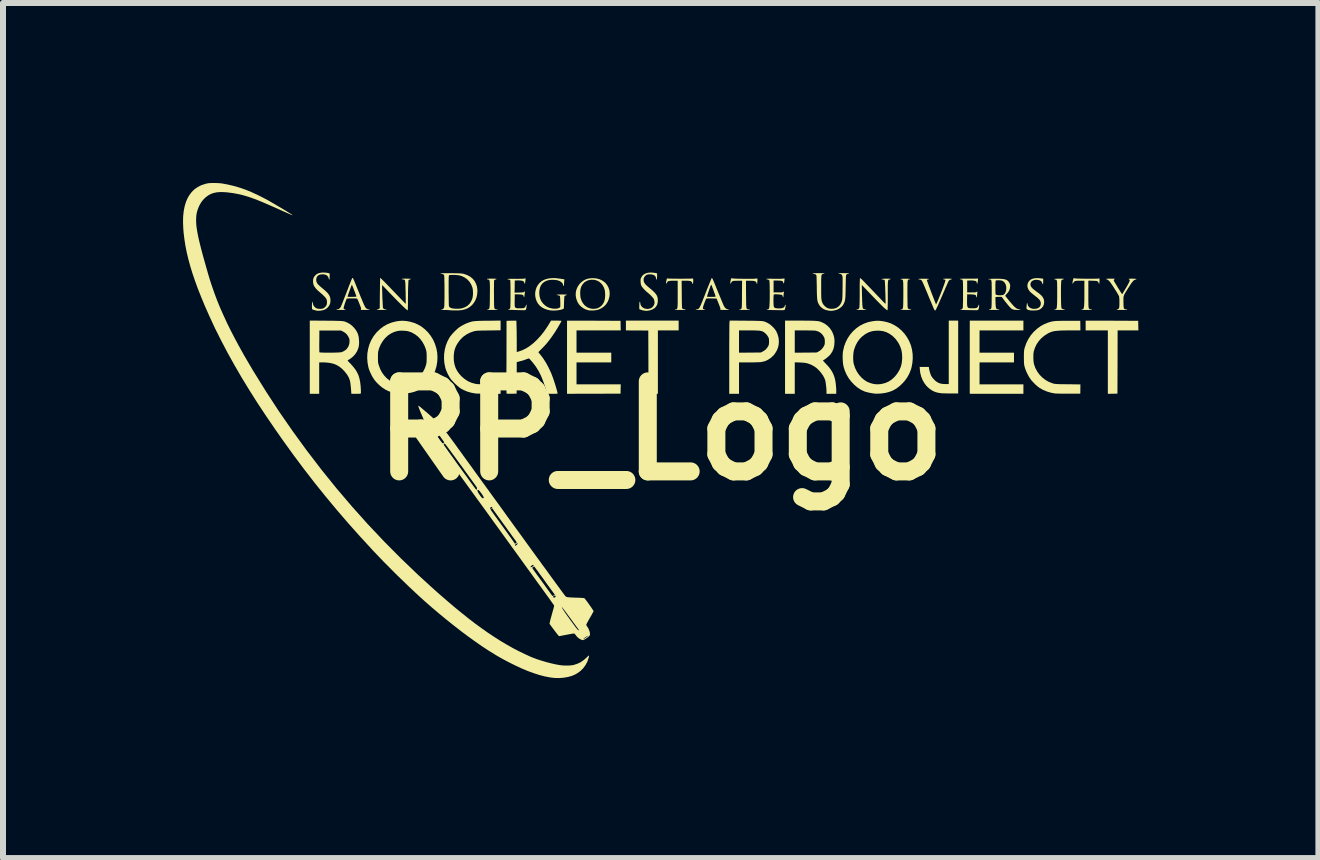
<source format=kicad_pcb>
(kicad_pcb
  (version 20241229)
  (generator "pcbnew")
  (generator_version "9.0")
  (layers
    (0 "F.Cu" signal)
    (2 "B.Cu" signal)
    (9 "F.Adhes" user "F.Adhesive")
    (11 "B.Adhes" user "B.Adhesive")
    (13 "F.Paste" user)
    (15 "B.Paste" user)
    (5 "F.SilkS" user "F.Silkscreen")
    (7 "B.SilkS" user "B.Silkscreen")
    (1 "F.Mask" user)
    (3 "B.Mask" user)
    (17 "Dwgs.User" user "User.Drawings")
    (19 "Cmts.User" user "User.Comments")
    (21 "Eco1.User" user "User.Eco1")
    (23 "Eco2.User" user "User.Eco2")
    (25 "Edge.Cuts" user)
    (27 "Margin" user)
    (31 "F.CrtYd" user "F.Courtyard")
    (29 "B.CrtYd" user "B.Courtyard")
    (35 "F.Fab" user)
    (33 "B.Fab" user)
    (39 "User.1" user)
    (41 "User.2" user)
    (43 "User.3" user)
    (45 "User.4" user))
  (footprint "RP_Logo"
    (layer "F.Cu")
    (at 7.959 4.127)
    (property "Reference" "RP_Logo" (at 0 0 0) (layer "F.SilkS") (effects (font (size 1.5 1.5) (thickness 0.3))))
    (attr board_only exclude_from_pos_files exclude_from_bom)
    (fp_poly (pts (xy 0.3 -1.753) (xy 0.3 -1.671) (xy 0.127 -1.671) (xy -0.046 -1.671) (xy -0.046 -1.143) (xy -0.046 -0.615) (xy -0.124 -0.615) (xy -0.203 -0.615) (xy -0.204 -1.142) (xy -0.206 -1.669) (xy -0.392 -1.67) (xy -0.579 -1.671) (xy -0.579 -1.753) (xy -0.579 -1.834) (xy -0.14 -1.834) (xy 0.3 -1.834)) (stroke (width 0) (type solid)) (fill yes) (layer "F.SilkS"))
    (fp_poly (pts (xy 7.52 -1.833) (xy 7.958 -1.831) (xy 7.959 -1.751) (xy 7.961 -1.671) (xy 7.788 -1.671) (xy 7.615 -1.671) (xy 7.614 -1.144) (xy 7.612 -0.617) (xy 7.532 -0.616) (xy 7.452 -0.614) (xy 7.452 -1.143) (xy 7.452 -1.671) (xy 7.267 -1.671) (xy 7.082 -1.671) (xy 7.082 -1.753) (xy 7.082 -1.834)) (stroke (width 0) (type solid)) (fill yes) (layer "F.SilkS"))
    (fp_poly (pts (xy -1.114 -1.833) (xy -0.668 -1.831) (xy -0.667 -1.751) (xy -0.665 -1.671) (xy -1.034 -1.671) (xy -1.402 -1.671) (xy -1.402 -1.486) (xy -1.402 -1.3) (xy -1.113 -1.3) (xy -0.823 -1.3) (xy -0.823 -1.219) (xy -0.823 -1.138) (xy -1.113 -1.138) (xy -1.402 -1.138) (xy -1.402 -0.955) (xy -1.402 -0.772) (xy -1.034 -0.772) (xy -0.665 -0.772) (xy -0.667 -0.695) (xy -0.668 -0.617) (xy -1.114 -0.616) (xy -1.56 -0.615) (xy -1.56 -1.224) (xy -1.56 -1.834)) (stroke (width 0) (type solid)) (fill yes) (layer "F.SilkS"))
    (fp_poly (pts (xy 6.045 -1.753) (xy 6.045 -1.671) (xy 5.679 -1.671) (xy 5.314 -1.671) (xy 5.314 -1.486) (xy 5.314 -1.3) (xy 5.601 -1.3) (xy 5.888 -1.3) (xy 5.888 -1.219) (xy 5.888 -1.138) (xy 5.601 -1.138) (xy 5.314 -1.138) (xy 5.314 -0.955) (xy 5.314 -0.772) (xy 5.679 -0.772) (xy 6.045 -0.772) (xy 6.045 -0.693) (xy 6.045 -0.615) (xy 5.598 -0.615) (xy 5.151 -0.615) (xy 5.151 -1.224) (xy 5.151 -1.834) (xy 5.598 -1.834) (xy 6.045 -1.834)) (stroke (width 0) (type solid)) (fill yes) (layer "F.SilkS"))
    (fp_poly (pts (xy 4.958 -1.227) (xy 4.958 -0.62) (xy 4.825 -0.62) (xy 4.775 -0.621) (xy 4.731 -0.622) (xy 4.693 -0.623) (xy 4.664 -0.626) (xy 4.648 -0.628) (xy 4.607 -0.636) (xy 4.571 -0.647) (xy 4.534 -0.664) (xy 4.52 -0.672) (xy 4.473 -0.705) (xy 4.43 -0.745) (xy 4.394 -0.793) (xy 4.364 -0.846) (xy 4.341 -0.904) (xy 4.326 -0.965) (xy 4.32 -1.015) (xy 4.316 -1.062) (xy 4.393 -1.062) (xy 4.47 -1.062) (xy 4.47 -1.05) (xy 4.472 -1.035) (xy 4.477 -1.013) (xy 4.483 -0.987) (xy 4.491 -0.961) (xy 4.499 -0.937) (xy 4.507 -0.918) (xy 4.509 -0.913) (xy 4.527 -0.886) (xy 4.551 -0.858) (xy 4.576 -0.833) (xy 4.602 -0.813) (xy 4.603 -0.813) (xy 4.633 -0.796) (xy 4.665 -0.785) (xy 4.702 -0.779) (xy 4.745 -0.777) (xy 4.801 -0.777) (xy 4.801 -1.306) (xy 4.801 -1.834) (xy 4.879 -1.834) (xy 4.958 -1.834)) (stroke (width 0) (type solid)) (fill yes) (layer "F.SilkS"))
    (fp_poly (pts (xy -2.78 -2.533) (xy -2.756 -2.533) (xy -2.741 -2.531) (xy -2.735 -2.529) (xy -2.734 -2.528) (xy -2.74 -2.523) (xy -2.752 -2.519) (xy -2.753 -2.519) (xy -2.766 -2.515) (xy -2.774 -2.509) (xy -2.774 -2.509) (xy -2.775 -2.502) (xy -2.776 -2.487) (xy -2.777 -2.463) (xy -2.777 -2.433) (xy -2.777 -2.396) (xy -2.778 -2.355) (xy -2.778 -2.31) (xy -2.777 -2.272) (xy -2.777 -2.216) (xy -2.777 -2.169) (xy -2.776 -2.131) (xy -2.776 -2.1) (xy -2.775 -2.076) (xy -2.773 -2.058) (xy -2.771 -2.045) (xy -2.768 -2.036) (xy -2.764 -2.03) (xy -2.758 -2.027) (xy -2.752 -2.025) (xy -2.744 -2.024) (xy -2.739 -2.023) (xy -2.722 -2.021) (xy -2.715 -2.018) (xy -2.718 -2.016) (xy -2.729 -2.014) (xy -2.749 -2.013) (xy -2.777 -2.012) (xy -2.804 -2.012) (xy -2.833 -2.012) (xy -2.859 -2.013) (xy -2.878 -2.014) (xy -2.89 -2.015) (xy -2.893 -2.016) (xy -2.887 -2.02) (xy -2.876 -2.024) (xy -2.869 -2.025) (xy -2.864 -2.027) (xy -2.859 -2.031) (xy -2.856 -2.038) (xy -2.853 -2.048) (xy -2.851 -2.062) (xy -2.849 -2.081) (xy -2.848 -2.107) (xy -2.847 -2.139) (xy -2.846 -2.179) (xy -2.846 -2.228) (xy -2.846 -2.261) (xy -2.845 -2.318) (xy -2.845 -2.366) (xy -2.845 -2.405) (xy -2.846 -2.437) (xy -2.847 -2.462) (xy -2.848 -2.481) (xy -2.851 -2.495) (xy -2.854 -2.505) (xy -2.857 -2.511) (xy -2.862 -2.515) (xy -2.867 -2.517) (xy -2.869 -2.518) (xy -2.885 -2.521) (xy -2.893 -2.524) (xy -2.895 -2.528) (xy -2.896 -2.529) (xy -2.891 -2.531) (xy -2.878 -2.532) (xy -2.857 -2.533) (xy -2.832 -2.534) (xy -2.814 -2.534)) (stroke (width 0) (type solid)) (fill yes) (layer "F.SilkS"))
    (fp_poly (pts (xy 4.108 -2.532) (xy 4.132 -2.531) (xy 4.149 -2.53) (xy 4.156 -2.528) (xy 4.157 -2.527) (xy 4.153 -2.523) (xy 4.143 -2.521) (xy 4.142 -2.521) (xy 4.135 -2.52) (xy 4.129 -2.519) (xy 4.124 -2.516) (xy 4.121 -2.511) (xy 4.118 -2.503) (xy 4.116 -2.491) (xy 4.114 -2.474) (xy 4.113 -2.451) (xy 4.113 -2.421) (xy 4.112 -2.384) (xy 4.112 -2.338) (xy 4.112 -2.286) (xy 4.112 -2.24) (xy 4.113 -2.196) (xy 4.113 -2.156) (xy 4.114 -2.12) (xy 4.114 -2.091) (xy 4.115 -2.069) (xy 4.116 -2.055) (xy 4.116 -2.052) (xy 4.124 -2.035) (xy 4.139 -2.025) (xy 4.16 -2.022) (xy 4.172 -2.02) (xy 4.178 -2.017) (xy 4.175 -2.015) (xy 4.161 -2.013) (xy 4.138 -2.012) (xy 4.105 -2.012) (xy 4.09 -2.012) (xy 4.055 -2.012) (xy 4.027 -2.013) (xy 4.009 -2.014) (xy 3.999 -2.016) (xy 3.998 -2.017) (xy 4.002 -2.021) (xy 4.009 -2.022) (xy 4.017 -2.022) (xy 4.024 -2.024) (xy 4.029 -2.027) (xy 4.033 -2.033) (xy 4.036 -2.043) (xy 4.039 -2.057) (xy 4.041 -2.076) (xy 4.042 -2.101) (xy 4.043 -2.133) (xy 4.043 -2.173) (xy 4.044 -2.221) (xy 4.044 -2.279) (xy 4.044 -2.28) (xy 4.044 -2.336) (xy 4.044 -2.381) (xy 4.043 -2.419) (xy 4.043 -2.449) (xy 4.042 -2.472) (xy 4.04 -2.489) (xy 4.038 -2.502) (xy 4.035 -2.51) (xy 4.031 -2.515) (xy 4.026 -2.518) (xy 4.02 -2.519) (xy 4.013 -2.52) (xy 4.011 -2.521) (xy 4 -2.523) (xy 3.997 -2.527) (xy 3.997 -2.527) (xy 4.002 -2.529) (xy 4.017 -2.531) (xy 4.039 -2.532) (xy 4.069 -2.532) (xy 4.077 -2.532)) (stroke (width 0) (type solid)) (fill yes) (layer "F.SilkS"))
    (fp_poly (pts (xy 6.697 -2.533) (xy 6.712 -2.531) (xy 6.719 -2.529) (xy 6.719 -2.528) (xy 6.714 -2.523) (xy 6.702 -2.519) (xy 6.701 -2.519) (xy 6.689 -2.516) (xy 6.682 -2.512) (xy 6.678 -2.503) (xy 6.675 -2.488) (xy 6.675 -2.483) (xy 6.674 -2.47) (xy 6.673 -2.449) (xy 6.672 -2.42) (xy 6.671 -2.386) (xy 6.671 -2.348) (xy 6.671 -2.308) (xy 6.671 -2.266) (xy 6.671 -2.225) (xy 6.672 -2.186) (xy 6.672 -2.151) (xy 6.673 -2.121) (xy 6.674 -2.097) (xy 6.674 -2.091) (xy 6.676 -2.068) (xy 6.678 -2.052) (xy 6.681 -2.042) (xy 6.685 -2.035) (xy 6.69 -2.032) (xy 6.703 -2.025) (xy 6.719 -2.022) (xy 6.731 -2.02) (xy 6.738 -2.017) (xy 6.739 -2.017) (xy 6.735 -2.015) (xy 6.721 -2.013) (xy 6.698 -2.012) (xy 6.666 -2.012) (xy 6.65 -2.012) (xy 6.615 -2.012) (xy 6.588 -2.013) (xy 6.569 -2.014) (xy 6.559 -2.016) (xy 6.558 -2.017) (xy 6.563 -2.021) (xy 6.57 -2.022) (xy 6.582 -2.023) (xy 6.591 -2.028) (xy 6.597 -2.037) (xy 6.601 -2.053) (xy 6.603 -2.076) (xy 6.605 -2.094) (xy 6.606 -2.116) (xy 6.607 -2.146) (xy 6.607 -2.181) (xy 6.608 -2.22) (xy 6.608 -2.261) (xy 6.608 -2.303) (xy 6.608 -2.344) (xy 6.608 -2.382) (xy 6.607 -2.417) (xy 6.607 -2.446) (xy 6.606 -2.469) (xy 6.605 -2.482) (xy 6.605 -2.483) (xy 6.602 -2.5) (xy 6.598 -2.51) (xy 6.591 -2.516) (xy 6.58 -2.518) (xy 6.575 -2.519) (xy 6.564 -2.522) (xy 6.558 -2.526) (xy 6.558 -2.527) (xy 6.563 -2.529) (xy 6.577 -2.531) (xy 6.6 -2.532) (xy 6.629 -2.533) (xy 6.64 -2.533) (xy 6.673 -2.533)) (stroke (width 0) (type solid)) (fill yes) (layer "F.SilkS"))
    (fp_poly (pts (xy -1.073 -2.538) (xy -1.022 -2.525) (xy -0.976 -2.504) (xy -0.934 -2.475) (xy -0.924 -2.466) (xy -0.893 -2.429) (xy -0.87 -2.387) (xy -0.855 -2.342) (xy -0.849 -2.294) (xy -0.852 -2.244) (xy -0.864 -2.194) (xy -0.881 -2.151) (xy -0.908 -2.108) (xy -0.942 -2.072) (xy -0.984 -2.042) (xy -1.034 -2.018) (xy -1.036 -2.018) (xy -1.061 -2.011) (xy -1.093 -2.006) (xy -1.129 -2.003) (xy -1.163 -2.003) (xy -1.194 -2.005) (xy -1.206 -2.007) (xy -1.25 -2.021) (xy -1.292 -2.043) (xy -1.33 -2.072) (xy -1.362 -2.106) (xy -1.386 -2.144) (xy -1.386 -2.145) (xy -1.405 -2.196) (xy -1.415 -2.247) (xy -1.415 -2.298) (xy -1.412 -2.309) (xy -1.341 -2.309) (xy -1.34 -2.273) (xy -1.338 -2.238) (xy -1.333 -2.21) (xy -1.318 -2.166) (xy -1.296 -2.126) (xy -1.268 -2.091) (xy -1.234 -2.064) (xy -1.213 -2.052) (xy -1.168 -2.036) (xy -1.124 -2.03) (xy -1.078 -2.034) (xy -1.054 -2.04) (xy -1.02 -2.056) (xy -0.989 -2.079) (xy -0.963 -2.11) (xy -0.943 -2.146) (xy -0.933 -2.179) (xy -0.928 -2.208) (xy -0.925 -2.242) (xy -0.925 -2.278) (xy -0.927 -2.312) (xy -0.93 -2.338) (xy -0.944 -2.383) (xy -0.966 -2.423) (xy -0.994 -2.457) (xy -1.027 -2.484) (xy -1.065 -2.503) (xy -1.106 -2.514) (xy -1.154 -2.516) (xy -1.198 -2.509) (xy -1.237 -2.494) (xy -1.272 -2.471) (xy -1.3 -2.44) (xy -1.322 -2.403) (xy -1.333 -2.37) (xy -1.338 -2.342) (xy -1.341 -2.309) (xy -1.412 -2.309) (xy -1.405 -2.347) (xy -1.386 -2.393) (xy -1.358 -2.437) (xy -1.331 -2.466) (xy -1.295 -2.496) (xy -1.257 -2.518) (xy -1.215 -2.533) (xy -1.168 -2.54) (xy -1.13 -2.542)) (stroke (width 0) (type solid)) (fill yes) (layer "F.SilkS"))
    (fp_poly (pts (xy 0.14 -2.535) (xy 0.155 -2.534) (xy 0.178 -2.534) (xy 0.208 -2.533) (xy 0.243 -2.533) (xy 0.281 -2.533) (xy 0.321 -2.532) (xy 0.361 -2.532) (xy 0.4 -2.533) (xy 0.436 -2.533) (xy 0.467 -2.533) (xy 0.493 -2.534) (xy 0.511 -2.534) (xy 0.518 -2.535) (xy 0.541 -2.537) (xy 0.543 -2.512) (xy 0.543 -2.492) (xy 0.542 -2.472) (xy 0.539 -2.456) (xy 0.536 -2.446) (xy 0.533 -2.443) (xy 0.529 -2.448) (xy 0.528 -2.455) (xy 0.524 -2.473) (xy 0.51 -2.486) (xy 0.494 -2.494) (xy 0.481 -2.496) (xy 0.461 -2.498) (xy 0.437 -2.499) (xy 0.412 -2.499) (xy 0.35 -2.499) (xy 0.352 -2.275) (xy 0.352 -2.228) (xy 0.353 -2.183) (xy 0.353 -2.143) (xy 0.354 -2.108) (xy 0.355 -2.08) (xy 0.356 -2.058) (xy 0.357 -2.045) (xy 0.357 -2.042) (xy 0.367 -2.032) (xy 0.383 -2.025) (xy 0.401 -2.022) (xy 0.401 -2.022) (xy 0.413 -2.02) (xy 0.419 -2.017) (xy 0.415 -2.015) (xy 0.402 -2.013) (xy 0.379 -2.012) (xy 0.346 -2.012) (xy 0.328 -2.012) (xy 0.291 -2.012) (xy 0.263 -2.013) (xy 0.245 -2.014) (xy 0.237 -2.016) (xy 0.236 -2.017) (xy 0.243 -2.021) (xy 0.25 -2.022) (xy 0.258 -2.022) (xy 0.265 -2.024) (xy 0.27 -2.027) (xy 0.274 -2.033) (xy 0.277 -2.043) (xy 0.28 -2.057) (xy 0.282 -2.077) (xy 0.283 -2.102) (xy 0.284 -2.134) (xy 0.284 -2.175) (xy 0.284 -2.223) (xy 0.284 -2.279) (xy 0.284 -2.499) (xy 0.216 -2.499) (xy 0.181 -2.499) (xy 0.155 -2.497) (xy 0.136 -2.494) (xy 0.123 -2.488) (xy 0.113 -2.48) (xy 0.106 -2.469) (xy 0.105 -2.466) (xy 0.097 -2.454) (xy 0.092 -2.45) (xy 0.09 -2.455) (xy 0.09 -2.468) (xy 0.093 -2.488) (xy 0.095 -2.497) (xy 0.104 -2.537)) (stroke (width 0) (type solid)) (fill yes) (layer "F.SilkS"))
    (fp_poly (pts (xy 6.318 -2.54) (xy 6.375 -2.533) (xy 6.375 -2.492) (xy 6.375 -2.467) (xy 6.372 -2.45) (xy 6.369 -2.441) (xy 6.365 -2.441) (xy 6.361 -2.45) (xy 6.358 -2.462) (xy 6.349 -2.482) (xy 6.331 -2.498) (xy 6.306 -2.509) (xy 6.274 -2.514) (xy 6.26 -2.515) (xy 6.227 -2.511) (xy 6.2 -2.501) (xy 6.179 -2.485) (xy 6.166 -2.464) (xy 6.162 -2.44) (xy 6.164 -2.422) (xy 6.17 -2.405) (xy 6.182 -2.387) (xy 6.199 -2.369) (xy 6.224 -2.348) (xy 6.256 -2.323) (xy 6.272 -2.312) (xy 6.311 -2.283) (xy 6.341 -2.256) (xy 6.364 -2.23) (xy 6.379 -2.203) (xy 6.388 -2.175) (xy 6.391 -2.145) (xy 6.391 -2.142) (xy 6.386 -2.105) (xy 6.372 -2.072) (xy 6.35 -2.044) (xy 6.32 -2.022) (xy 6.307 -2.016) (xy 6.292 -2.011) (xy 6.276 -2.007) (xy 6.256 -2.005) (xy 6.229 -2.004) (xy 6.226 -2.003) (xy 6.2 -2.003) (xy 6.176 -2.004) (xy 6.157 -2.005) (xy 6.148 -2.007) (xy 6.122 -2.014) (xy 6.105 -2.023) (xy 6.097 -2.033) (xy 6.097 -2.034) (xy 6.096 -2.045) (xy 6.097 -2.061) (xy 6.098 -2.079) (xy 6.1 -2.098) (xy 6.102 -2.114) (xy 6.104 -2.125) (xy 6.106 -2.129) (xy 6.11 -2.124) (xy 6.113 -2.113) (xy 6.114 -2.108) (xy 6.123 -2.08) (xy 6.141 -2.058) (xy 6.165 -2.042) (xy 6.197 -2.032) (xy 6.228 -2.03) (xy 6.263 -2.033) (xy 6.292 -2.044) (xy 6.314 -2.06) (xy 6.328 -2.083) (xy 6.334 -2.106) (xy 6.335 -2.126) (xy 6.332 -2.144) (xy 6.326 -2.161) (xy 6.315 -2.179) (xy 6.298 -2.197) (xy 6.274 -2.219) (xy 6.242 -2.244) (xy 6.233 -2.251) (xy 6.209 -2.27) (xy 6.186 -2.289) (xy 6.166 -2.306) (xy 6.152 -2.32) (xy 6.149 -2.323) (xy 6.128 -2.354) (xy 6.115 -2.387) (xy 6.111 -2.42) (xy 6.117 -2.453) (xy 6.132 -2.483) (xy 6.14 -2.494) (xy 6.164 -2.516) (xy 6.194 -2.531) (xy 6.231 -2.54) (xy 6.274 -2.543)) (stroke (width 0) (type solid)) (fill yes) (layer "F.SilkS"))
    (fp_poly (pts (xy 6.9 -2.539) (xy 6.908 -2.537) (xy 6.926 -2.536) (xy 6.95 -2.535) (xy 6.981 -2.534) (xy 7.016 -2.533) (xy 7.054 -2.533) (xy 7.093 -2.532) (xy 7.133 -2.532) (xy 7.171 -2.532) (xy 7.207 -2.532) (xy 7.239 -2.533) (xy 7.265 -2.533) (xy 7.284 -2.534) (xy 7.29 -2.535) (xy 7.313 -2.537) (xy 7.313 -2.493) (xy 7.312 -2.471) (xy 7.31 -2.456) (xy 7.307 -2.447) (xy 7.304 -2.447) (xy 7.301 -2.455) (xy 7.3 -2.461) (xy 7.294 -2.474) (xy 7.284 -2.486) (xy 7.283 -2.486) (xy 7.276 -2.49) (xy 7.268 -2.494) (xy 7.256 -2.496) (xy 7.239 -2.497) (xy 7.215 -2.498) (xy 7.198 -2.499) (xy 7.127 -2.5) (xy 7.127 -2.274) (xy 7.127 -2.218) (xy 7.127 -2.171) (xy 7.128 -2.133) (xy 7.128 -2.102) (xy 7.129 -2.077) (xy 7.131 -2.059) (xy 7.133 -2.046) (xy 7.137 -2.036) (xy 7.141 -2.031) (xy 7.147 -2.027) (xy 7.153 -2.025) (xy 7.162 -2.024) (xy 7.167 -2.023) (xy 7.184 -2.021) (xy 7.191 -2.018) (xy 7.189 -2.016) (xy 7.177 -2.014) (xy 7.157 -2.013) (xy 7.129 -2.012) (xy 7.102 -2.012) (xy 7.067 -2.012) (xy 7.04 -2.013) (xy 7.021 -2.014) (xy 7.012 -2.016) (xy 7.01 -2.017) (xy 7.015 -2.021) (xy 7.022 -2.022) (xy 7.03 -2.022) (xy 7.037 -2.025) (xy 7.043 -2.03) (xy 7.048 -2.038) (xy 7.052 -2.05) (xy 7.055 -2.067) (xy 7.057 -2.089) (xy 7.059 -2.118) (xy 7.06 -2.154) (xy 7.061 -2.198) (xy 7.061 -2.25) (xy 7.061 -2.305) (xy 7.061 -2.499) (xy 6.989 -2.499) (xy 6.956 -2.499) (xy 6.932 -2.498) (xy 6.914 -2.495) (xy 6.901 -2.491) (xy 6.891 -2.484) (xy 6.883 -2.474) (xy 6.879 -2.468) (xy 6.871 -2.457) (xy 6.865 -2.451) (xy 6.863 -2.451) (xy 6.862 -2.457) (xy 6.863 -2.47) (xy 6.866 -2.486) (xy 6.87 -2.505) (xy 6.874 -2.521) (xy 6.878 -2.533) (xy 6.878 -2.533) (xy 6.882 -2.541) (xy 6.888 -2.542)) (stroke (width 0) (type solid)) (fill yes) (layer "F.SilkS"))
    (fp_poly (pts (xy 1.419 -1.833) (xy 1.481 -1.832) (xy 1.533 -1.832) (xy 1.577 -1.831) (xy 1.614 -1.83) (xy 1.645 -1.829) (xy 1.67 -1.828) (xy 1.691 -1.826) (xy 1.708 -1.824) (xy 1.723 -1.82) (xy 1.736 -1.816) (xy 1.748 -1.812) (xy 1.761 -1.806) (xy 1.775 -1.799) (xy 1.783 -1.795) (xy 1.812 -1.778) (xy 1.843 -1.753) (xy 1.873 -1.725) (xy 1.901 -1.694) (xy 1.922 -1.664) (xy 1.927 -1.656) (xy 1.95 -1.603) (xy 1.965 -1.547) (xy 1.97 -1.491) (xy 1.967 -1.435) (xy 1.954 -1.38) (xy 1.932 -1.329) (xy 1.902 -1.281) (xy 1.882 -1.256) (xy 1.837 -1.214) (xy 1.789 -1.182) (xy 1.737 -1.158) (xy 1.681 -1.145) (xy 1.671 -1.143) (xy 1.655 -1.142) (xy 1.631 -1.141) (xy 1.6 -1.14) (xy 1.563 -1.139) (xy 1.524 -1.138) (xy 1.482 -1.138) (xy 1.467 -1.138) (xy 1.306 -1.138) (xy 1.306 -0.876) (xy 1.306 -0.615) (xy 1.224 -0.615) (xy 1.143 -0.615) (xy 1.143 -1.178) (xy 1.143 -1.254) (xy 1.143 -1.327) (xy 1.143 -1.398) (xy 1.143 -1.465) (xy 1.144 -1.528) (xy 1.144 -1.586) (xy 1.144 -1.638) (xy 1.145 -1.671) (xy 1.306 -1.671) (xy 1.306 -1.486) (xy 1.306 -1.3) (xy 1.487 -1.301) (xy 1.669 -1.303) (xy 1.703 -1.32) (xy 1.738 -1.342) (xy 1.769 -1.373) (xy 1.792 -1.408) (xy 1.794 -1.411) (xy 1.8 -1.424) (xy 1.803 -1.438) (xy 1.805 -1.454) (xy 1.806 -1.477) (xy 1.806 -1.486) (xy 1.806 -1.51) (xy 1.804 -1.528) (xy 1.802 -1.541) (xy 1.797 -1.553) (xy 1.791 -1.564) (xy 1.774 -1.591) (xy 1.75 -1.617) (xy 1.725 -1.639) (xy 1.705 -1.651) (xy 1.692 -1.656) (xy 1.679 -1.66) (xy 1.662 -1.664) (xy 1.642 -1.667) (xy 1.618 -1.668) (xy 1.587 -1.67) (xy 1.549 -1.671) (xy 1.503 -1.671) (xy 1.462 -1.671) (xy 1.306 -1.671) (xy 1.145 -1.671) (xy 1.145 -1.684) (xy 1.145 -1.722) (xy 1.145 -1.753) (xy 1.146 -1.774) (xy 1.146 -1.787) (xy 1.146 -1.788) (xy 1.15 -1.835)) (stroke (width 0) (type solid)) (fill yes) (layer "F.SilkS"))
    (fp_poly (pts (xy 1.193 -2.539) (xy 1.202 -2.537) (xy 1.219 -2.536) (xy 1.244 -2.534) (xy 1.275 -2.533) (xy 1.309 -2.532) (xy 1.347 -2.532) (xy 1.386 -2.531) (xy 1.426 -2.531) (xy 1.463 -2.531) (xy 1.498 -2.531) (xy 1.529 -2.531) (xy 1.553 -2.532) (xy 1.571 -2.533) (xy 1.573 -2.534) (xy 1.595 -2.536) (xy 1.608 -2.535) (xy 1.612 -2.533) (xy 1.613 -2.524) (xy 1.613 -2.51) (xy 1.612 -2.492) (xy 1.61 -2.474) (xy 1.609 -2.458) (xy 1.607 -2.447) (xy 1.605 -2.443) (xy 1.602 -2.448) (xy 1.599 -2.458) (xy 1.594 -2.472) (xy 1.585 -2.483) (xy 1.57 -2.491) (xy 1.549 -2.496) (xy 1.52 -2.498) (xy 1.483 -2.499) (xy 1.482 -2.499) (xy 1.422 -2.499) (xy 1.423 -2.271) (xy 1.424 -2.215) (xy 1.424 -2.168) (xy 1.425 -2.13) (xy 1.425 -2.099) (xy 1.427 -2.075) (xy 1.428 -2.057) (xy 1.431 -2.044) (xy 1.434 -2.035) (xy 1.438 -2.03) (xy 1.444 -2.026) (xy 1.45 -2.025) (xy 1.459 -2.024) (xy 1.465 -2.023) (xy 1.479 -2.021) (xy 1.487 -2.018) (xy 1.488 -2.016) (xy 1.484 -2.015) (xy 1.47 -2.013) (xy 1.45 -2.013) (xy 1.424 -2.012) (xy 1.397 -2.012) (xy 1.36 -2.012) (xy 1.334 -2.013) (xy 1.316 -2.014) (xy 1.308 -2.016) (xy 1.308 -2.017) (xy 1.315 -2.021) (xy 1.323 -2.022) (xy 1.335 -2.025) (xy 1.344 -2.033) (xy 1.346 -2.036) (xy 1.348 -2.04) (xy 1.35 -2.046) (xy 1.351 -2.054) (xy 1.352 -2.067) (xy 1.353 -2.084) (xy 1.354 -2.107) (xy 1.354 -2.137) (xy 1.355 -2.174) (xy 1.355 -2.219) (xy 1.355 -2.271) (xy 1.357 -2.499) (xy 1.287 -2.499) (xy 1.26 -2.498) (xy 1.236 -2.498) (xy 1.217 -2.496) (xy 1.205 -2.495) (xy 1.204 -2.495) (xy 1.193 -2.488) (xy 1.181 -2.476) (xy 1.171 -2.46) (xy 1.167 -2.452) (xy 1.163 -2.449) (xy 1.161 -2.45) (xy 1.16 -2.456) (xy 1.161 -2.47) (xy 1.163 -2.487) (xy 1.167 -2.506) (xy 1.171 -2.523) (xy 1.174 -2.531) (xy 1.179 -2.54) (xy 1.186 -2.541)) (stroke (width 0) (type solid)) (fill yes) (layer "F.SilkS"))
    (fp_poly (pts (xy -2.667 -1.754) (xy -2.667 -1.673) (xy -2.869 -1.67) (xy -2.92 -1.669) (xy -2.963 -1.669) (xy -2.997 -1.668) (xy -3.025 -1.667) (xy -3.047 -1.666) (xy -3.064 -1.665) (xy -3.079 -1.663) (xy -3.091 -1.661) (xy -3.102 -1.659) (xy -3.111 -1.657) (xy -3.177 -1.634) (xy -3.236 -1.603) (xy -3.291 -1.564) (xy -3.339 -1.517) (xy -3.379 -1.463) (xy -3.401 -1.427) (xy -3.419 -1.389) (xy -3.432 -1.352) (xy -3.441 -1.313) (xy -3.446 -1.27) (xy -3.448 -1.242) (xy -3.447 -1.174) (xy -3.437 -1.111) (xy -3.419 -1.052) (xy -3.392 -0.998) (xy -3.355 -0.946) (xy -3.317 -0.904) (xy -3.265 -0.86) (xy -3.21 -0.824) (xy -3.15 -0.798) (xy -3.088 -0.781) (xy -3.067 -0.778) (xy -3.052 -0.776) (xy -3.029 -0.775) (xy -2.999 -0.774) (xy -2.963 -0.773) (xy -2.922 -0.773) (xy -2.88 -0.772) (xy -2.847 -0.772) (xy -2.667 -0.772) (xy -2.667 -0.693) (xy -2.667 -0.615) (xy -2.856 -0.615) (xy -2.901 -0.616) (xy -2.944 -0.616) (xy -2.985 -0.617) (xy -3.02 -0.618) (xy -3.05 -0.618) (xy -3.073 -0.619) (xy -3.086 -0.62) (xy -3.153 -0.632) (xy -3.221 -0.651) (xy -3.285 -0.678) (xy -3.327 -0.701) (xy -3.354 -0.72) (xy -3.384 -0.745) (xy -3.416 -0.773) (xy -3.447 -0.804) (xy -3.475 -0.834) (xy -3.496 -0.858) (xy -3.516 -0.889) (xy -3.538 -0.927) (xy -3.558 -0.968) (xy -3.575 -1.009) (xy -3.588 -1.047) (xy -3.589 -1.052) (xy -3.604 -1.126) (xy -3.61 -1.202) (xy -3.608 -1.277) (xy -3.597 -1.352) (xy -3.578 -1.424) (xy -3.551 -1.492) (xy -3.517 -1.555) (xy -3.51 -1.565) (xy -3.492 -1.589) (xy -3.469 -1.616) (xy -3.442 -1.645) (xy -3.414 -1.673) (xy -3.387 -1.698) (xy -3.363 -1.717) (xy -3.363 -1.718) (xy -3.326 -1.742) (xy -3.283 -1.766) (xy -3.239 -1.787) (xy -3.203 -1.801) (xy -3.183 -1.808) (xy -3.164 -1.813) (xy -3.147 -1.818) (xy -3.128 -1.822) (xy -3.109 -1.824) (xy -3.086 -1.827) (xy -3.059 -1.828) (xy -3.028 -1.83) (xy -2.989 -1.831) (xy -2.944 -1.832) (xy -2.889 -1.832) (xy -2.879 -1.832) (xy -2.667 -1.835)) (stroke (width 0) (type solid)) (fill yes) (layer "F.SilkS"))
    (fp_poly (pts (xy 4.815 -2.533) (xy 4.837 -2.532) (xy 4.85 -2.531) (xy 4.855 -2.528) (xy 4.855 -2.528) (xy 4.849 -2.523) (xy 4.841 -2.521) (xy 4.82 -2.514) (xy 4.804 -2.501) (xy 4.797 -2.49) (xy 4.792 -2.481) (xy 4.785 -2.464) (xy 4.774 -2.44) (xy 4.761 -2.41) (xy 4.745 -2.376) (xy 4.729 -2.337) (xy 4.711 -2.296) (xy 4.707 -2.286) (xy 4.681 -2.226) (xy 4.658 -2.175) (xy 4.639 -2.131) (xy 4.624 -2.096) (xy 4.611 -2.067) (xy 4.6 -2.044) (xy 4.592 -2.027) (xy 4.585 -2.015) (xy 4.58 -2.007) (xy 4.576 -2.003) (xy 4.574 -2.002) (xy 4.568 -2.006) (xy 4.56 -2.016) (xy 4.558 -2.021) (xy 4.554 -2.029) (xy 4.546 -2.046) (xy 4.536 -2.07) (xy 4.523 -2.101) (xy 4.508 -2.137) (xy 4.491 -2.177) (xy 4.473 -2.22) (xy 4.455 -2.264) (xy 4.437 -2.309) (xy 4.418 -2.352) (xy 4.402 -2.392) (xy 4.387 -2.426) (xy 4.374 -2.456) (xy 4.363 -2.479) (xy 4.356 -2.494) (xy 4.352 -2.501) (xy 4.34 -2.512) (xy 4.322 -2.518) (xy 4.317 -2.519) (xy 4.302 -2.522) (xy 4.294 -2.525) (xy 4.292 -2.527) (xy 4.297 -2.529) (xy 4.312 -2.531) (xy 4.335 -2.532) (xy 4.366 -2.532) (xy 4.382 -2.532) (xy 4.415 -2.532) (xy 4.442 -2.531) (xy 4.461 -2.53) (xy 4.47 -2.528) (xy 4.472 -2.527) (xy 4.468 -2.523) (xy 4.458 -2.521) (xy 4.456 -2.521) (xy 4.444 -2.517) (xy 4.437 -2.512) (xy 4.436 -2.512) (xy 4.438 -2.505) (xy 4.442 -2.491) (xy 4.45 -2.469) (xy 4.46 -2.44) (xy 4.472 -2.406) (xy 4.487 -2.368) (xy 4.502 -2.327) (xy 4.511 -2.303) (xy 4.589 -2.103) (xy 4.598 -2.12) (xy 4.607 -2.138) (xy 4.617 -2.162) (xy 4.63 -2.191) (xy 4.643 -2.225) (xy 4.658 -2.262) (xy 4.673 -2.3) (xy 4.688 -2.338) (xy 4.702 -2.375) (xy 4.715 -2.41) (xy 4.726 -2.441) (xy 4.735 -2.467) (xy 4.741 -2.487) (xy 4.744 -2.5) (xy 4.745 -2.502) (xy 4.744 -2.51) (xy 4.74 -2.515) (xy 4.73 -2.519) (xy 4.718 -2.522) (xy 4.707 -2.525) (xy 4.705 -2.528) (xy 4.713 -2.531) (xy 4.729 -2.532) (xy 4.754 -2.533) (xy 4.783 -2.534)) (stroke (width 0) (type solid)) (fill yes) (layer "F.SilkS"))
    (fp_poly (pts (xy 6.994 -1.751) (xy 6.995 -1.671) (xy 6.834 -1.671) (xy 6.769 -1.671) (xy 6.714 -1.67) (xy 6.666 -1.669) (xy 6.626 -1.666) (xy 6.591 -1.663) (xy 6.561 -1.659) (xy 6.534 -1.653) (xy 6.51 -1.646) (xy 6.487 -1.637) (xy 6.465 -1.627) (xy 6.452 -1.62) (xy 6.395 -1.584) (xy 6.344 -1.541) (xy 6.3 -1.492) (xy 6.263 -1.437) (xy 6.236 -1.379) (xy 6.217 -1.318) (xy 6.213 -1.291) (xy 6.211 -1.257) (xy 6.211 -1.219) (xy 6.212 -1.181) (xy 6.215 -1.145) (xy 6.22 -1.115) (xy 6.222 -1.106) (xy 6.244 -1.044) (xy 6.275 -0.987) (xy 6.313 -0.934) (xy 6.359 -0.887) (xy 6.41 -0.847) (xy 6.468 -0.814) (xy 6.529 -0.79) (xy 6.549 -0.784) (xy 6.559 -0.782) (xy 6.571 -0.78) (xy 6.587 -0.779) (xy 6.607 -0.777) (xy 6.632 -0.776) (xy 6.664 -0.775) (xy 6.703 -0.775) (xy 6.751 -0.774) (xy 6.788 -0.774) (xy 6.995 -0.771) (xy 6.994 -0.694) (xy 6.993 -0.617) (xy 6.802 -0.617) (xy 6.757 -0.617) (xy 6.714 -0.617) (xy 6.674 -0.617) (xy 6.638 -0.618) (xy 6.608 -0.619) (xy 6.586 -0.619) (xy 6.573 -0.62) (xy 6.504 -0.633) (xy 6.437 -0.653) (xy 6.372 -0.68) (xy 6.314 -0.713) (xy 6.309 -0.717) (xy 6.278 -0.74) (xy 6.245 -0.769) (xy 6.213 -0.802) (xy 6.182 -0.835) (xy 6.166 -0.856) (xy 6.14 -0.894) (xy 6.116 -0.938) (xy 6.093 -0.986) (xy 6.075 -1.033) (xy 6.067 -1.06) (xy 6.062 -1.077) (xy 6.059 -1.092) (xy 6.057 -1.107) (xy 6.055 -1.123) (xy 6.054 -1.143) (xy 6.054 -1.169) (xy 6.053 -1.201) (xy 6.053 -1.222) (xy 6.053 -1.259) (xy 6.054 -1.288) (xy 6.054 -1.31) (xy 6.056 -1.328) (xy 6.058 -1.343) (xy 6.06 -1.358) (xy 6.064 -1.373) (xy 6.067 -1.384) (xy 6.092 -1.456) (xy 6.125 -1.523) (xy 6.166 -1.587) (xy 6.214 -1.644) (xy 6.269 -1.696) (xy 6.328 -1.74) (xy 6.393 -1.776) (xy 6.452 -1.8) (xy 6.474 -1.807) (xy 6.494 -1.813) (xy 6.514 -1.818) (xy 6.535 -1.822) (xy 6.557 -1.825) (xy 6.583 -1.828) (xy 6.613 -1.829) (xy 6.649 -1.83) (xy 6.692 -1.831) (xy 6.742 -1.831) (xy 6.787 -1.831) (xy 6.993 -1.831)) (stroke (width 0) (type solid)) (fill yes) (layer "F.SilkS"))
    (fp_poly (pts (xy -5.585 -2.634) (xy -5.56 -2.631) (xy -5.539 -2.627) (xy -5.523 -2.622) (xy -5.515 -2.617) (xy -5.515 -2.615) (xy -5.515 -2.606) (xy -5.515 -2.59) (xy -5.516 -2.569) (xy -5.516 -2.56) (xy -5.517 -2.54) (xy -5.518 -2.525) (xy -5.52 -2.516) (xy -5.521 -2.515) (xy -5.525 -2.519) (xy -5.53 -2.531) (xy -5.532 -2.54) (xy -5.542 -2.566) (xy -5.559 -2.585) (xy -5.582 -2.598) (xy -5.613 -2.605) (xy -5.64 -2.606) (xy -5.674 -2.602) (xy -5.701 -2.591) (xy -5.722 -2.573) (xy -5.735 -2.548) (xy -5.74 -2.518) (xy -5.739 -2.507) (xy -5.737 -2.487) (xy -5.73 -2.469) (xy -5.72 -2.451) (xy -5.703 -2.432) (xy -5.68 -2.41) (xy -5.65 -2.384) (xy -5.644 -2.379) (xy -5.604 -2.346) (xy -5.572 -2.317) (xy -5.547 -2.291) (xy -5.529 -2.266) (xy -5.516 -2.243) (xy -5.508 -2.219) (xy -5.503 -2.193) (xy -5.503 -2.184) (xy -5.503 -2.152) (xy -5.507 -2.124) (xy -5.517 -2.098) (xy -5.528 -2.078) (xy -5.551 -2.05) (xy -5.581 -2.026) (xy -5.615 -2.011) (xy -5.619 -2.01) (xy -5.639 -2.005) (xy -5.664 -2.001) (xy -5.689 -1.999) (xy -5.711 -1.998) (xy -5.725 -1.999) (xy -5.747 -2.004) (xy -5.768 -2.009) (xy -5.787 -2.015) (xy -5.801 -2.021) (xy -5.806 -2.024) (xy -5.809 -2.032) (xy -5.81 -2.047) (xy -5.811 -2.067) (xy -5.811 -2.089) (xy -5.81 -2.11) (xy -5.808 -2.129) (xy -5.805 -2.142) (xy -5.803 -2.148) (xy -5.798 -2.145) (xy -5.796 -2.134) (xy -5.796 -2.129) (xy -5.791 -2.101) (xy -5.778 -2.075) (xy -5.758 -2.054) (xy -5.732 -2.038) (xy -5.727 -2.036) (xy -5.705 -2.032) (xy -5.678 -2.03) (xy -5.651 -2.031) (xy -5.629 -2.036) (xy -5.628 -2.036) (xy -5.608 -2.047) (xy -5.588 -2.064) (xy -5.572 -2.085) (xy -5.569 -2.09) (xy -5.563 -2.108) (xy -5.56 -2.132) (xy -5.561 -2.157) (xy -5.564 -2.18) (xy -5.57 -2.194) (xy -5.584 -2.216) (xy -5.608 -2.242) (xy -5.64 -2.273) (xy -5.678 -2.305) (xy -5.716 -2.338) (xy -5.745 -2.369) (xy -5.767 -2.398) (xy -5.782 -2.426) (xy -5.79 -2.455) (xy -5.793 -2.486) (xy -5.793 -2.489) (xy -5.791 -2.52) (xy -5.784 -2.545) (xy -5.772 -2.568) (xy -5.756 -2.587) (xy -5.731 -2.609) (xy -5.702 -2.624) (xy -5.667 -2.632) (xy -5.639 -2.635) (xy -5.612 -2.635)) (stroke (width 0) (type solid)) (fill yes) (layer "F.SilkS"))
    (fp_poly (pts (xy -1.775 -2.543) (xy -1.752 -2.542) (xy -1.725 -2.539) (xy -1.691 -2.535) (xy -1.649 -2.529) (xy -1.649 -2.529) (xy -1.604 -2.522) (xy -1.607 -2.489) (xy -1.609 -2.467) (xy -1.61 -2.445) (xy -1.61 -2.432) (xy -1.612 -2.416) (xy -1.615 -2.409) (xy -1.619 -2.411) (xy -1.623 -2.422) (xy -1.623 -2.424) (xy -1.634 -2.453) (xy -1.654 -2.475) (xy -1.682 -2.493) (xy -1.718 -2.506) (xy -1.763 -2.513) (xy -1.804 -2.515) (xy -1.856 -2.511) (xy -1.901 -2.499) (xy -1.939 -2.48) (xy -1.971 -2.454) (xy -1.995 -2.421) (xy -2.012 -2.38) (xy -2.021 -2.333) (xy -2.023 -2.293) (xy -2.018 -2.242) (xy -2.005 -2.194) (xy -1.983 -2.15) (xy -1.953 -2.112) (xy -1.917 -2.08) (xy -1.885 -2.061) (xy -1.855 -2.048) (xy -1.823 -2.04) (xy -1.791 -2.034) (xy -1.759 -2.033) (xy -1.73 -2.034) (xy -1.706 -2.04) (xy -1.687 -2.048) (xy -1.675 -2.06) (xy -1.673 -2.065) (xy -1.672 -2.075) (xy -1.672 -2.093) (xy -1.672 -2.116) (xy -1.672 -2.142) (xy -1.673 -2.169) (xy -1.674 -2.195) (xy -1.675 -2.217) (xy -1.677 -2.233) (xy -1.679 -2.242) (xy -1.686 -2.25) (xy -1.695 -2.253) (xy -1.71 -2.256) (xy -1.72 -2.258) (xy -1.729 -2.262) (xy -1.732 -2.265) (xy -1.727 -2.267) (xy -1.714 -2.268) (xy -1.693 -2.269) (xy -1.666 -2.27) (xy -1.646 -2.27) (xy -1.618 -2.27) (xy -1.593 -2.269) (xy -1.574 -2.268) (xy -1.563 -2.267) (xy -1.56 -2.265) (xy -1.564 -2.261) (xy -1.575 -2.257) (xy -1.579 -2.256) (xy -1.593 -2.25) (xy -1.602 -2.243) (xy -1.603 -2.241) (xy -1.604 -2.234) (xy -1.606 -2.218) (xy -1.607 -2.195) (xy -1.609 -2.167) (xy -1.61 -2.136) (xy -1.61 -2.134) (xy -1.613 -2.035) (xy -1.631 -2.026) (xy -1.656 -2.017) (xy -1.689 -2.01) (xy -1.727 -2.005) (xy -1.766 -2.002) (xy -1.805 -2.002) (xy -1.84 -2.005) (xy -1.841 -2.005) (xy -1.89 -2.016) (xy -1.937 -2.033) (xy -1.98 -2.056) (xy -2.012 -2.081) (xy -2.043 -2.116) (xy -2.066 -2.157) (xy -2.082 -2.202) (xy -2.09 -2.248) (xy -2.091 -2.296) (xy -2.083 -2.343) (xy -2.068 -2.388) (xy -2.045 -2.429) (xy -2.019 -2.461) (xy -1.987 -2.489) (xy -1.952 -2.51) (xy -1.911 -2.526) (xy -1.864 -2.537) (xy -1.835 -2.54) (xy -1.814 -2.542) (xy -1.795 -2.543)) (stroke (width 0) (type solid)) (fill yes) (layer "F.SilkS"))
    (fp_poly (pts (xy -0.112 -2.632) (xy -0.094 -2.629) (xy -0.075 -2.626) (xy -0.065 -2.623) (xy -0.06 -2.619) (xy -0.059 -2.613) (xy -0.059 -2.61) (xy -0.059 -2.598) (xy -0.059 -2.58) (xy -0.06 -2.559) (xy -0.06 -2.555) (xy -0.061 -2.533) (xy -0.063 -2.52) (xy -0.066 -2.515) (xy -0.07 -2.519) (xy -0.074 -2.533) (xy -0.082 -2.561) (xy -0.097 -2.582) (xy -0.118 -2.596) (xy -0.148 -2.603) (xy -0.163 -2.605) (xy -0.193 -2.606) (xy -0.217 -2.603) (xy -0.236 -2.596) (xy -0.252 -2.584) (xy -0.252 -2.584) (xy -0.272 -2.561) (xy -0.283 -2.534) (xy -0.284 -2.515) (xy -0.283 -2.495) (xy -0.277 -2.476) (xy -0.267 -2.457) (xy -0.251 -2.436) (xy -0.228 -2.414) (xy -0.198 -2.388) (xy -0.186 -2.378) (xy -0.147 -2.346) (xy -0.116 -2.317) (xy -0.092 -2.293) (xy -0.074 -2.269) (xy -0.061 -2.247) (xy -0.053 -2.224) (xy -0.048 -2.199) (xy -0.047 -2.181) (xy -0.049 -2.138) (xy -0.059 -2.099) (xy -0.078 -2.066) (xy -0.105 -2.039) (xy -0.14 -2.019) (xy -0.181 -2.005) (xy -0.198 -2.002) (xy -0.218 -1.999) (xy -0.233 -1.997) (xy -0.247 -1.998) (xy -0.264 -2) (xy -0.281 -2.002) (xy -0.302 -2.006) (xy -0.324 -2.013) (xy -0.333 -2.016) (xy -0.356 -2.026) (xy -0.356 -2.08) (xy -0.355 -2.103) (xy -0.355 -2.122) (xy -0.353 -2.136) (xy -0.353 -2.141) (xy -0.348 -2.148) (xy -0.343 -2.147) (xy -0.341 -2.137) (xy -0.34 -2.13) (xy -0.335 -2.101) (xy -0.322 -2.076) (xy -0.302 -2.055) (xy -0.276 -2.04) (xy -0.246 -2.031) (xy -0.213 -2.029) (xy -0.194 -2.032) (xy -0.162 -2.041) (xy -0.138 -2.057) (xy -0.12 -2.079) (xy -0.114 -2.09) (xy -0.106 -2.109) (xy -0.102 -2.124) (xy -0.102 -2.142) (xy -0.103 -2.148) (xy -0.106 -2.169) (xy -0.112 -2.189) (xy -0.116 -2.197) (xy -0.125 -2.211) (xy -0.14 -2.228) (xy -0.159 -2.249) (xy -0.18 -2.269) (xy -0.201 -2.288) (xy -0.213 -2.298) (xy -0.236 -2.317) (xy -0.259 -2.339) (xy -0.281 -2.362) (xy -0.3 -2.384) (xy -0.314 -2.403) (xy -0.318 -2.409) (xy -0.326 -2.426) (xy -0.33 -2.442) (xy -0.333 -2.461) (xy -0.334 -2.479) (xy -0.335 -2.503) (xy -0.334 -2.52) (xy -0.331 -2.535) (xy -0.325 -2.549) (xy -0.307 -2.58) (xy -0.281 -2.604) (xy -0.248 -2.622) (xy -0.208 -2.632) (xy -0.163 -2.636)) (stroke (width 0) (type solid)) (fill yes) (layer "F.SilkS"))
    (fp_poly (pts (xy 2.325 -1.834) (xy 2.389 -1.834) (xy 2.442 -1.833) (xy 2.488 -1.833) (xy 2.526 -1.832) (xy 2.559 -1.831) (xy 2.585 -1.829) (xy 2.607 -1.827) (xy 2.626 -1.825) (xy 2.642 -1.822) (xy 2.657 -1.818) (xy 2.671 -1.813) (xy 2.682 -1.809) (xy 2.734 -1.783) (xy 2.78 -1.749) (xy 2.819 -1.709) (xy 2.851 -1.662) (xy 2.858 -1.649) (xy 2.875 -1.609) (xy 2.887 -1.573) (xy 2.894 -1.538) (xy 2.897 -1.498) (xy 2.897 -1.483) (xy 2.893 -1.423) (xy 2.881 -1.368) (xy 2.861 -1.319) (xy 2.832 -1.275) (xy 2.81 -1.25) (xy 2.792 -1.234) (xy 2.771 -1.216) (xy 2.75 -1.199) (xy 2.729 -1.185) (xy 2.712 -1.175) (xy 2.705 -1.172) (xy 2.707 -1.168) (xy 2.714 -1.158) (xy 2.727 -1.143) (xy 2.744 -1.125) (xy 2.756 -1.112) (xy 2.798 -1.067) (xy 2.831 -1.024) (xy 2.858 -0.982) (xy 2.879 -0.939) (xy 2.896 -0.892) (xy 2.904 -0.864) (xy 2.912 -0.826) (xy 2.918 -0.781) (xy 2.923 -0.732) (xy 2.926 -0.683) (xy 2.926 -0.657) (xy 2.926 -0.615) (xy 2.845 -0.615) (xy 2.764 -0.615) (xy 2.764 -0.654) (xy 2.763 -0.68) (xy 2.761 -0.711) (xy 2.757 -0.744) (xy 2.753 -0.777) (xy 2.749 -0.807) (xy 2.744 -0.832) (xy 2.741 -0.845) (xy 2.726 -0.881) (xy 2.705 -0.92) (xy 2.677 -0.959) (xy 2.646 -0.997) (xy 2.612 -1.031) (xy 2.598 -1.043) (xy 2.563 -1.069) (xy 2.522 -1.092) (xy 2.478 -1.111) (xy 2.437 -1.125) (xy 2.433 -1.125) (xy 2.411 -1.129) (xy 2.381 -1.133) (xy 2.345 -1.135) (xy 2.315 -1.137) (xy 2.235 -1.139) (xy 2.235 -0.877) (xy 2.235 -0.615) (xy 2.154 -0.615) (xy 2.073 -0.615) (xy 2.073 -1.224) (xy 2.073 -1.671) (xy 2.235 -1.671) (xy 2.235 -1.486) (xy 2.235 -1.3) (xy 2.417 -1.301) (xy 2.598 -1.303) (xy 2.628 -1.317) (xy 2.66 -1.337) (xy 2.689 -1.364) (xy 2.713 -1.397) (xy 2.721 -1.41) (xy 2.728 -1.426) (xy 2.733 -1.441) (xy 2.735 -1.457) (xy 2.736 -1.478) (xy 2.736 -1.486) (xy 2.735 -1.51) (xy 2.733 -1.527) (xy 2.73 -1.541) (xy 2.723 -1.557) (xy 2.721 -1.562) (xy 2.697 -1.599) (xy 2.667 -1.629) (xy 2.631 -1.651) (xy 2.591 -1.664) (xy 2.579 -1.667) (xy 2.566 -1.668) (xy 2.544 -1.669) (xy 2.516 -1.67) (xy 2.482 -1.67) (xy 2.444 -1.671) (xy 2.404 -1.671) (xy 2.391 -1.671) (xy 2.235 -1.671) (xy 2.073 -1.671) (xy 2.073 -1.834)) (stroke (width 0) (type solid)) (fill yes) (layer "F.SilkS"))
    (fp_poly (pts (xy 3.646 -1.831) (xy 3.705 -1.824) (xy 3.766 -1.811) (xy 3.834 -1.789) (xy 3.898 -1.757) (xy 3.958 -1.718) (xy 4.013 -1.671) (xy 4.063 -1.617) (xy 4.106 -1.557) (xy 4.142 -1.492) (xy 4.17 -1.423) (xy 4.172 -1.417) (xy 4.189 -1.35) (xy 4.199 -1.278) (xy 4.201 -1.204) (xy 4.195 -1.131) (xy 4.182 -1.06) (xy 4.173 -1.025) (xy 4.145 -0.954) (xy 4.109 -0.888) (xy 4.063 -0.825) (xy 4.023 -0.782) (xy 3.972 -0.735) (xy 3.92 -0.697) (xy 3.865 -0.667) (xy 3.806 -0.645) (xy 3.741 -0.629) (xy 3.731 -0.628) (xy 3.704 -0.624) (xy 3.672 -0.62) (xy 3.639 -0.618) (xy 3.609 -0.617) (xy 3.582 -0.617) (xy 3.566 -0.618) (xy 3.532 -0.623) (xy 3.497 -0.629) (xy 3.462 -0.636) (xy 3.431 -0.644) (xy 3.407 -0.651) (xy 3.4 -0.653) (xy 3.339 -0.681) (xy 3.282 -0.718) (xy 3.228 -0.763) (xy 3.179 -0.815) (xy 3.135 -0.872) (xy 3.098 -0.935) (xy 3.069 -1.001) (xy 3.05 -1.06) (xy 3.042 -1.096) (xy 3.037 -1.14) (xy 3.034 -1.187) (xy 3.033 -1.224) (xy 3.208 -1.224) (xy 3.209 -1.183) (xy 3.212 -1.146) (xy 3.217 -1.116) (xy 3.239 -1.048) (xy 3.269 -0.986) (xy 3.307 -0.93) (xy 3.348 -0.884) (xy 3.393 -0.845) (xy 3.44 -0.815) (xy 3.491 -0.794) (xy 3.544 -0.78) (xy 3.586 -0.774) (xy 3.623 -0.773) (xy 3.662 -0.776) (xy 3.686 -0.78) (xy 3.745 -0.795) (xy 3.801 -0.82) (xy 3.852 -0.854) (xy 3.898 -0.896) (xy 3.94 -0.948) (xy 3.951 -0.964) (xy 3.98 -1.014) (xy 4.002 -1.065) (xy 4.016 -1.118) (xy 4.023 -1.176) (xy 4.025 -1.222) (xy 4.022 -1.284) (xy 4.013 -1.34) (xy 3.996 -1.392) (xy 3.973 -1.443) (xy 3.951 -1.48) (xy 3.911 -1.533) (xy 3.865 -1.578) (xy 3.815 -1.614) (xy 3.761 -1.642) (xy 3.706 -1.659) (xy 3.671 -1.664) (xy 3.631 -1.667) (xy 3.589 -1.666) (xy 3.548 -1.662) (xy 3.518 -1.656) (xy 3.461 -1.637) (xy 3.408 -1.608) (xy 3.359 -1.571) (xy 3.316 -1.528) (xy 3.279 -1.477) (xy 3.249 -1.421) (xy 3.226 -1.359) (xy 3.22 -1.338) (xy 3.214 -1.305) (xy 3.21 -1.266) (xy 3.208 -1.224) (xy 3.033 -1.224) (xy 3.033 -1.234) (xy 3.034 -1.28) (xy 3.038 -1.32) (xy 3.04 -1.329) (xy 3.057 -1.404) (xy 3.083 -1.474) (xy 3.117 -1.541) (xy 3.158 -1.602) (xy 3.206 -1.658) (xy 3.259 -1.706) (xy 3.318 -1.748) (xy 3.381 -1.781) (xy 3.448 -1.806) (xy 3.467 -1.811) (xy 3.53 -1.824) (xy 3.589 -1.831)) (stroke (width 0) (type solid)) (fill yes) (layer "F.SilkS"))
    (fp_poly (pts (xy -2.401 -1.719) (xy -2.4 -1.681) (xy -2.399 -1.635) (xy -2.399 -1.586) (xy -2.398 -1.536) (xy -2.398 -1.487) (xy -2.398 -1.457) (xy -2.398 -1.311) (xy -2.361 -1.321) (xy -2.301 -1.343) (xy -2.24 -1.373) (xy -2.179 -1.413) (xy -2.118 -1.461) (xy -2.059 -1.517) (xy -2.001 -1.58) (xy -1.945 -1.65) (xy -1.893 -1.726) (xy -1.863 -1.773) (xy -1.827 -1.834) (xy -1.739 -1.834) (xy -1.71 -1.834) (xy -1.686 -1.833) (xy -1.667 -1.832) (xy -1.655 -1.831) (xy -1.652 -1.829) (xy -1.657 -1.818) (xy -1.667 -1.799) (xy -1.681 -1.776) (xy -1.697 -1.748) (xy -1.714 -1.718) (xy -1.733 -1.688) (xy -1.75 -1.66) (xy -1.767 -1.634) (xy -1.771 -1.628) (xy -1.811 -1.569) (xy -1.849 -1.517) (xy -1.886 -1.47) (xy -1.924 -1.426) (xy -1.965 -1.383) (xy -1.972 -1.375) (xy -1.993 -1.355) (xy -2.011 -1.336) (xy -2.025 -1.322) (xy -2.034 -1.312) (xy -2.037 -1.308) (xy -2.034 -1.303) (xy -2.026 -1.293) (xy -2.014 -1.278) (xy -2.01 -1.274) (xy -1.958 -1.206) (xy -1.91 -1.131) (xy -1.865 -1.047) (xy -1.823 -0.956) (xy -1.792 -0.874) (xy -1.782 -0.844) (xy -1.771 -0.812) (xy -1.76 -0.777) (xy -1.749 -0.742) (xy -1.739 -0.709) (xy -1.731 -0.678) (xy -1.724 -0.652) (xy -1.719 -0.632) (xy -1.717 -0.62) (xy -1.717 -0.619) (xy -1.722 -0.618) (xy -1.735 -0.616) (xy -1.756 -0.615) (xy -1.783 -0.615) (xy -1.803 -0.615) (xy -1.889 -0.615) (xy -1.903 -0.659) (xy -1.926 -0.733) (xy -1.948 -0.798) (xy -1.97 -0.856) (xy -1.991 -0.908) (xy -2.014 -0.956) (xy -2.038 -1.001) (xy -2.065 -1.044) (xy -2.083 -1.072) (xy -2.099 -1.094) (xy -2.117 -1.117) (xy -2.136 -1.141) (xy -2.154 -1.162) (xy -2.17 -1.181) (xy -2.184 -1.195) (xy -2.194 -1.203) (xy -2.197 -1.204) (xy -2.205 -1.202) (xy -2.219 -1.197) (xy -2.237 -1.191) (xy -2.241 -1.189) (xy -2.261 -1.182) (xy -2.282 -1.174) (xy -2.306 -1.167) (xy -2.336 -1.159) (xy -2.374 -1.149) (xy -2.376 -1.148) (xy -2.398 -1.143) (xy -2.399 -0.88) (xy -2.4 -0.617) (xy -2.483 -0.616) (xy -2.516 -0.615) (xy -2.539 -0.616) (xy -2.555 -0.617) (xy -2.564 -0.618) (xy -2.568 -0.621) (xy -2.568 -0.621) (xy -2.568 -0.627) (xy -2.569 -0.642) (xy -2.569 -0.666) (xy -2.569 -0.699) (xy -2.569 -0.739) (xy -2.569 -0.786) (xy -2.57 -0.84) (xy -2.57 -0.899) (xy -2.57 -0.963) (xy -2.57 -1.032) (xy -2.569 -1.104) (xy -2.569 -1.18) (xy -2.569 -1.229) (xy -2.568 -1.831) (xy -2.486 -1.833) (xy -2.404 -1.834)) (stroke (width 0) (type solid)) (fill yes) (layer "F.SilkS"))
    (fp_poly (pts (xy 5.289 -2.533) (xy 5.289 -2.526) (xy 5.288 -2.515) (xy 5.286 -2.498) (xy 5.284 -2.483) (xy 5.281 -2.467) (xy 5.277 -2.455) (xy 5.273 -2.449) (xy 5.27 -2.45) (xy 5.268 -2.459) (xy 5.268 -2.462) (xy 5.266 -2.476) (xy 5.262 -2.486) (xy 5.251 -2.493) (xy 5.233 -2.498) (xy 5.207 -2.502) (xy 5.177 -2.504) (xy 5.153 -2.503) (xy 5.108 -2.502) (xy 5.108 -2.403) (xy 5.108 -2.304) (xy 5.179 -2.304) (xy 5.209 -2.304) (xy 5.23 -2.305) (xy 5.245 -2.306) (xy 5.256 -2.308) (xy 5.263 -2.312) (xy 5.264 -2.313) (xy 5.278 -2.322) (xy 5.275 -2.275) (xy 5.272 -2.249) (xy 5.269 -2.231) (xy 5.266 -2.222) (xy 5.263 -2.221) (xy 5.259 -2.23) (xy 5.257 -2.245) (xy 5.254 -2.254) (xy 5.246 -2.261) (xy 5.233 -2.266) (xy 5.213 -2.269) (xy 5.185 -2.271) (xy 5.169 -2.272) (xy 5.108 -2.273) (xy 5.106 -2.187) (xy 5.106 -2.144) (xy 5.106 -2.111) (xy 5.108 -2.086) (xy 5.112 -2.067) (xy 5.118 -2.054) (xy 5.128 -2.046) (xy 5.143 -2.042) (xy 5.162 -2.04) (xy 5.187 -2.04) (xy 5.198 -2.04) (xy 5.229 -2.04) (xy 5.252 -2.043) (xy 5.268 -2.048) (xy 5.28 -2.057) (xy 5.288 -2.07) (xy 5.294 -2.083) (xy 5.3 -2.096) (xy 5.304 -2.1) (xy 5.307 -2.094) (xy 5.307 -2.082) (xy 5.305 -2.062) (xy 5.304 -2.052) (xy 5.299 -2.03) (xy 5.293 -2.017) (xy 5.288 -2.012) (xy 5.279 -2.009) (xy 5.263 -2.008) (xy 5.242 -2.008) (xy 5.234 -2.008) (xy 5.214 -2.008) (xy 5.187 -2.009) (xy 5.154 -2.009) (xy 5.12 -2.01) (xy 5.091 -2.01) (xy 5.057 -2.011) (xy 5.029 -2.012) (xy 5.009 -2.014) (xy 4.997 -2.015) (xy 4.994 -2.017) (xy 4.998 -2.021) (xy 5.005 -2.022) (xy 5.02 -2.025) (xy 5.029 -2.034) (xy 5.034 -2.048) (xy 5.036 -2.057) (xy 5.037 -2.075) (xy 5.037 -2.102) (xy 5.038 -2.136) (xy 5.039 -2.176) (xy 5.039 -2.222) (xy 5.039 -2.273) (xy 5.039 -2.284) (xy 5.039 -2.339) (xy 5.039 -2.384) (xy 5.039 -2.421) (xy 5.038 -2.451) (xy 5.037 -2.473) (xy 5.036 -2.491) (xy 5.034 -2.503) (xy 5.03 -2.511) (xy 5.026 -2.516) (xy 5.021 -2.518) (xy 5.014 -2.52) (xy 5.007 -2.52) (xy 5.004 -2.521) (xy 4.992 -2.523) (xy 4.985 -2.527) (xy 4.985 -2.528) (xy 4.987 -2.53) (xy 4.997 -2.531) (xy 5.013 -2.532) (xy 5.038 -2.533) (xy 5.071 -2.533) (xy 5.114 -2.533) (xy 5.119 -2.533) (xy 5.156 -2.533) (xy 5.191 -2.533) (xy 5.222 -2.533) (xy 5.247 -2.534) (xy 5.264 -2.534) (xy 5.273 -2.535) (xy 5.285 -2.536)) (stroke (width 0) (type solid)) (fill yes) (layer "F.SilkS"))
    (fp_poly (pts (xy 7.521 -2.533) (xy 7.543 -2.533) (xy 7.56 -2.532) (xy 7.568 -2.531) (xy 7.569 -2.53) (xy 7.565 -2.526) (xy 7.559 -2.521) (xy 7.551 -2.511) (xy 7.551 -2.504) (xy 7.554 -2.496) (xy 7.562 -2.481) (xy 7.573 -2.461) (xy 7.587 -2.438) (xy 7.603 -2.412) (xy 7.619 -2.384) (xy 7.636 -2.358) (xy 7.652 -2.332) (xy 7.666 -2.31) (xy 7.678 -2.292) (xy 7.687 -2.28) (xy 7.691 -2.274) (xy 7.691 -2.274) (xy 7.695 -2.28) (xy 7.703 -2.293) (xy 7.714 -2.312) (xy 7.729 -2.336) (xy 7.745 -2.364) (xy 7.757 -2.383) (xy 7.778 -2.42) (xy 7.794 -2.449) (xy 7.806 -2.472) (xy 7.813 -2.489) (xy 7.817 -2.501) (xy 7.817 -2.51) (xy 7.813 -2.516) (xy 7.808 -2.52) (xy 7.8 -2.526) (xy 7.798 -2.529) (xy 7.802 -2.531) (xy 7.815 -2.532) (xy 7.833 -2.533) (xy 7.854 -2.533) (xy 7.877 -2.533) (xy 7.898 -2.532) (xy 7.915 -2.531) (xy 7.927 -2.529) (xy 7.93 -2.527) (xy 7.926 -2.523) (xy 7.916 -2.519) (xy 7.904 -2.516) (xy 7.893 -2.51) (xy 7.881 -2.502) (xy 7.869 -2.489) (xy 7.855 -2.472) (xy 7.838 -2.449) (xy 7.819 -2.419) (xy 7.795 -2.382) (xy 7.784 -2.365) (xy 7.763 -2.331) (xy 7.746 -2.304) (xy 7.733 -2.282) (xy 7.724 -2.264) (xy 7.718 -2.248) (xy 7.714 -2.233) (xy 7.712 -2.216) (xy 7.712 -2.195) (xy 7.712 -2.17) (xy 7.712 -2.141) (xy 7.713 -2.104) (xy 7.714 -2.076) (xy 7.716 -2.056) (xy 7.719 -2.042) (xy 7.724 -2.033) (xy 7.731 -2.028) (xy 7.74 -2.025) (xy 7.753 -2.023) (xy 7.754 -2.023) (xy 7.768 -2.021) (xy 7.776 -2.018) (xy 7.777 -2.016) (xy 7.773 -2.015) (xy 7.759 -2.013) (xy 7.739 -2.013) (xy 7.713 -2.012) (xy 7.685 -2.012) (xy 7.656 -2.012) (xy 7.631 -2.012) (xy 7.612 -2.013) (xy 7.6 -2.014) (xy 7.597 -2.015) (xy 7.604 -2.019) (xy 7.616 -2.024) (xy 7.616 -2.024) (xy 7.63 -2.032) (xy 7.639 -2.042) (xy 7.641 -2.053) (xy 7.643 -2.071) (xy 7.645 -2.095) (xy 7.645 -2.123) (xy 7.645 -2.152) (xy 7.645 -2.181) (xy 7.643 -2.206) (xy 7.641 -2.227) (xy 7.639 -2.24) (xy 7.639 -2.24) (xy 7.633 -2.252) (xy 7.623 -2.27) (xy 7.609 -2.294) (xy 7.592 -2.322) (xy 7.573 -2.351) (xy 7.554 -2.382) (xy 7.535 -2.411) (xy 7.516 -2.439) (xy 7.5 -2.462) (xy 7.487 -2.48) (xy 7.478 -2.491) (xy 7.464 -2.504) (xy 7.45 -2.514) (xy 7.441 -2.519) (xy 7.429 -2.523) (xy 7.423 -2.528) (xy 7.423 -2.528) (xy 7.427 -2.531) (xy 7.439 -2.532) (xy 7.461 -2.533) (xy 7.493 -2.534) (xy 7.495 -2.534)) (stroke (width 0) (type solid)) (fill yes) (layer "F.SilkS"))
    (fp_poly (pts (xy -4.235 -1.827) (xy -4.172 -1.815) (xy -4.109 -1.797) (xy -4.051 -1.772) (xy -3.998 -1.743) (xy -3.993 -1.74) (xy -3.931 -1.692) (xy -3.877 -1.639) (xy -3.83 -1.579) (xy -3.791 -1.515) (xy -3.761 -1.447) (xy -3.738 -1.375) (xy -3.724 -1.301) (xy -3.719 -1.225) (xy -3.723 -1.148) (xy -3.736 -1.071) (xy -3.759 -0.995) (xy -3.786 -0.933) (xy -3.822 -0.873) (xy -3.864 -0.818) (xy -3.911 -0.767) (xy -3.964 -0.723) (xy -4.019 -0.686) (xy -4.077 -0.658) (xy -4.111 -0.646) (xy -4.158 -0.634) (xy -4.21 -0.625) (xy -4.263 -0.619) (xy -4.315 -0.617) (xy -4.361 -0.619) (xy -4.372 -0.62) (xy -4.418 -0.627) (xy -4.464 -0.637) (xy -4.506 -0.649) (xy -4.538 -0.66) (xy -4.589 -0.686) (xy -4.64 -0.719) (xy -4.689 -0.76) (xy -4.735 -0.805) (xy -4.77 -0.847) (xy -4.791 -0.879) (xy -4.813 -0.916) (xy -4.833 -0.958) (xy -4.851 -0.999) (xy -4.865 -1.038) (xy -4.869 -1.052) (xy -4.884 -1.132) (xy -4.89 -1.211) (xy -4.89 -1.219) (xy -4.711 -1.219) (xy -4.711 -1.187) (xy -4.71 -1.162) (xy -4.709 -1.143) (xy -4.707 -1.127) (xy -4.703 -1.111) (xy -4.698 -1.094) (xy -4.697 -1.091) (xy -4.673 -1.026) (xy -4.642 -0.968) (xy -4.605 -0.917) (xy -4.562 -0.872) (xy -4.515 -0.836) (xy -4.463 -0.807) (xy -4.407 -0.787) (xy -4.348 -0.776) (xy -4.287 -0.774) (xy -4.249 -0.777) (xy -4.19 -0.79) (xy -4.135 -0.812) (xy -4.084 -0.843) (xy -4.046 -0.875) (xy -3.997 -0.926) (xy -3.959 -0.982) (xy -3.928 -1.043) (xy -3.913 -1.085) (xy -3.908 -1.102) (xy -3.905 -1.117) (xy -3.902 -1.131) (xy -3.901 -1.148) (xy -3.9 -1.169) (xy -3.899 -1.197) (xy -3.899 -1.222) (xy -3.899 -1.255) (xy -3.9 -1.281) (xy -3.901 -1.3) (xy -3.903 -1.316) (xy -3.906 -1.331) (xy -3.91 -1.346) (xy -3.913 -1.358) (xy -3.937 -1.42) (xy -3.968 -1.476) (xy -4.005 -1.527) (xy -4.048 -1.572) (xy -4.097 -1.608) (xy -4.149 -1.637) (xy -4.205 -1.656) (xy -4.205 -1.657) (xy -4.235 -1.662) (xy -4.27 -1.665) (xy -4.307 -1.667) (xy -4.344 -1.666) (xy -4.375 -1.663) (xy -4.381 -1.662) (xy -4.439 -1.646) (xy -4.494 -1.62) (xy -4.544 -1.587) (xy -4.589 -1.545) (xy -4.628 -1.497) (xy -4.662 -1.442) (xy -4.689 -1.381) (xy -4.702 -1.338) (xy -4.706 -1.321) (xy -4.709 -1.303) (xy -4.71 -1.281) (xy -4.711 -1.253) (xy -4.711 -1.219) (xy -4.89 -1.219) (xy -4.887 -1.289) (xy -4.874 -1.365) (xy -4.853 -1.439) (xy -4.823 -1.508) (xy -4.785 -1.573) (xy -4.738 -1.633) (xy -4.727 -1.645) (xy -4.671 -1.698) (xy -4.613 -1.741) (xy -4.55 -1.776) (xy -4.483 -1.802) (xy -4.41 -1.821) (xy -4.355 -1.829) (xy -4.297 -1.832)) (stroke (width 0) (type solid)) (fill yes) (layer "F.SilkS"))
    (fp_poly (pts (xy -2.253 -2.51) (xy -2.256 -2.483) (xy -2.259 -2.465) (xy -2.261 -2.454) (xy -2.264 -2.449) (xy -2.266 -2.449) (xy -2.27 -2.453) (xy -2.271 -2.461) (xy -2.274 -2.474) (xy -2.283 -2.486) (xy -2.283 -2.486) (xy -2.298 -2.495) (xy -2.322 -2.501) (xy -2.355 -2.504) (xy -2.395 -2.504) (xy -2.431 -2.502) (xy -2.432 -2.401) (xy -2.434 -2.3) (xy -2.361 -2.302) (xy -2.331 -2.303) (xy -2.31 -2.304) (xy -2.295 -2.306) (xy -2.284 -2.308) (xy -2.276 -2.312) (xy -2.274 -2.314) (xy -2.259 -2.324) (xy -2.262 -2.306) (xy -2.264 -2.292) (xy -2.267 -2.272) (xy -2.269 -2.254) (xy -2.271 -2.235) (xy -2.274 -2.225) (xy -2.278 -2.225) (xy -2.281 -2.234) (xy -2.283 -2.24) (xy -2.286 -2.251) (xy -2.293 -2.259) (xy -2.305 -2.265) (xy -2.323 -2.269) (xy -2.349 -2.271) (xy -2.37 -2.272) (xy -2.431 -2.273) (xy -2.432 -2.171) (xy -2.433 -2.136) (xy -2.433 -2.11) (xy -2.432 -2.091) (xy -2.432 -2.078) (xy -2.43 -2.069) (xy -2.428 -2.063) (xy -2.424 -2.058) (xy -2.421 -2.054) (xy -2.416 -2.048) (xy -2.41 -2.044) (xy -2.403 -2.042) (xy -2.391 -2.04) (xy -2.374 -2.04) (xy -2.348 -2.04) (xy -2.346 -2.04) (xy -2.315 -2.04) (xy -2.292 -2.042) (xy -2.275 -2.046) (xy -2.264 -2.053) (xy -2.255 -2.064) (xy -2.248 -2.081) (xy -2.243 -2.095) (xy -2.239 -2.103) (xy -2.237 -2.101) (xy -2.235 -2.093) (xy -2.235 -2.079) (xy -2.236 -2.062) (xy -2.236 -2.061) (xy -2.239 -2.039) (xy -2.243 -2.024) (xy -2.246 -2.016) (xy -2.252 -2.012) (xy -2.257 -2.01) (xy -2.261 -2.009) (xy -2.265 -2.008) (xy -2.272 -2.008) (xy -2.282 -2.008) (xy -2.297 -2.008) (xy -2.316 -2.008) (xy -2.342 -2.009) (xy -2.375 -2.009) (xy -2.416 -2.011) (xy -2.454 -2.012) (xy -2.487 -2.013) (xy -2.513 -2.014) (xy -2.532 -2.015) (xy -2.542 -2.017) (xy -2.543 -2.018) (xy -2.529 -2.024) (xy -2.521 -2.027) (xy -2.511 -2.035) (xy -2.506 -2.046) (xy -2.505 -2.054) (xy -2.504 -2.071) (xy -2.504 -2.096) (xy -2.503 -2.127) (xy -2.502 -2.165) (xy -2.502 -2.207) (xy -2.502 -2.252) (xy -2.502 -2.282) (xy -2.502 -2.339) (xy -2.502 -2.386) (xy -2.503 -2.424) (xy -2.503 -2.455) (xy -2.504 -2.478) (xy -2.505 -2.494) (xy -2.506 -2.505) (xy -2.508 -2.51) (xy -2.508 -2.51) (xy -2.517 -2.515) (xy -2.531 -2.519) (xy -2.535 -2.519) (xy -2.547 -2.522) (xy -2.554 -2.526) (xy -2.554 -2.527) (xy -2.549 -2.529) (xy -2.533 -2.53) (xy -2.509 -2.531) (xy -2.475 -2.531) (xy -2.433 -2.531) (xy -2.426 -2.531) (xy -2.389 -2.53) (xy -2.355 -2.531) (xy -2.324 -2.531) (xy -2.299 -2.532) (xy -2.281 -2.533) (xy -2.274 -2.534) (xy -2.25 -2.539)) (stroke (width 0) (type solid)) (fill yes) (layer "F.SilkS"))
    (fp_poly (pts (xy -5.577 -1.833) (xy -5.514 -1.832) (xy -5.461 -1.832) (xy -5.417 -1.831) (xy -5.379 -1.83) (xy -5.348 -1.829) (xy -5.323 -1.828) (xy -5.301 -1.826) (xy -5.284 -1.823) (xy -5.268 -1.82) (xy -5.255 -1.815) (xy -5.242 -1.81) (xy -5.228 -1.804) (xy -5.214 -1.797) (xy -5.204 -1.792) (xy -5.178 -1.777) (xy -5.154 -1.759) (xy -5.128 -1.735) (xy -5.123 -1.73) (xy -5.088 -1.69) (xy -5.062 -1.65) (xy -5.043 -1.607) (xy -5.031 -1.559) (xy -5.026 -1.504) (xy -5.026 -1.501) (xy -5.025 -1.454) (xy -5.029 -1.413) (xy -5.038 -1.376) (xy -5.052 -1.339) (xy -5.06 -1.321) (xy -5.087 -1.279) (xy -5.121 -1.24) (xy -5.162 -1.206) (xy -5.183 -1.192) (xy -5.199 -1.182) (xy -5.211 -1.174) (xy -5.217 -1.17) (xy -5.217 -1.169) (xy -5.214 -1.165) (xy -5.205 -1.155) (xy -5.191 -1.14) (xy -5.174 -1.122) (xy -5.167 -1.116) (xy -5.124 -1.067) (xy -5.088 -1.021) (xy -5.059 -0.974) (xy -5.036 -0.925) (xy -5.02 -0.873) (xy -5.008 -0.815) (xy -5 -0.75) (xy -4.998 -0.72) (xy -4.996 -0.691) (xy -4.995 -0.664) (xy -4.995 -0.643) (xy -4.995 -0.628) (xy -4.996 -0.622) (xy -4.998 -0.619) (xy -5.005 -0.617) (xy -5.017 -0.616) (xy -5.035 -0.615) (xy -5.062 -0.615) (xy -5.076 -0.615) (xy -5.154 -0.615) (xy -5.16 -0.699) (xy -5.165 -0.749) (xy -5.17 -0.791) (xy -5.176 -0.826) (xy -5.185 -0.856) (xy -5.195 -0.882) (xy -5.209 -0.908) (xy -5.225 -0.934) (xy -5.225 -0.934) (xy -5.268 -0.989) (xy -5.312 -1.034) (xy -5.359 -1.071) (xy -5.41 -1.099) (xy -5.446 -1.113) (xy -5.478 -1.122) (xy -5.518 -1.13) (xy -5.562 -1.135) (xy -5.608 -1.138) (xy -5.63 -1.138) (xy -5.69 -1.138) (xy -5.69 -0.876) (xy -5.69 -0.615) (xy -5.768 -0.615) (xy -5.847 -0.615) (xy -5.847 -1.225) (xy -5.847 -1.411) (xy -5.689 -1.411) (xy -5.689 -1.376) (xy -5.688 -1.348) (xy -5.688 -1.326) (xy -5.688 -1.312) (xy -5.687 -1.307) (xy -5.682 -1.305) (xy -5.667 -1.303) (xy -5.645 -1.302) (xy -5.618 -1.301) (xy -5.585 -1.3) (xy -5.55 -1.3) (xy -5.512 -1.3) (xy -5.475 -1.3) (xy -5.438 -1.301) (xy -5.404 -1.302) (xy -5.373 -1.303) (xy -5.348 -1.305) (xy -5.33 -1.307) (xy -5.321 -1.308) (xy -5.292 -1.319) (xy -5.263 -1.336) (xy -5.238 -1.355) (xy -5.225 -1.37) (xy -5.202 -1.406) (xy -5.189 -1.444) (xy -5.184 -1.486) (xy -5.184 -1.486) (xy -5.185 -1.509) (xy -5.187 -1.526) (xy -5.192 -1.541) (xy -5.201 -1.56) (xy -5.201 -1.56) (xy -5.224 -1.598) (xy -5.253 -1.627) (xy -5.289 -1.65) (xy -5.293 -1.652) (xy -5.326 -1.669) (xy -5.507 -1.669) (xy -5.687 -1.669) (xy -5.688 -1.491) (xy -5.689 -1.449) (xy -5.689 -1.411) (xy -5.847 -1.411) (xy -5.847 -1.835)) (stroke (width 0) (type solid)) (fill yes) (layer "F.SilkS"))
    (fp_poly (pts (xy -4.669 -2.543) (xy -4.663 -2.539) (xy -4.655 -2.531) (xy -4.643 -2.52) (xy -4.628 -2.505) (xy -4.608 -2.486) (xy -4.584 -2.461) (xy -4.555 -2.431) (xy -4.519 -2.394) (xy -4.478 -2.351) (xy -4.457 -2.329) (xy -4.249 -2.113) (xy -4.248 -2.147) (xy -4.248 -2.161) (xy -4.248 -2.183) (xy -4.248 -2.213) (xy -4.249 -2.248) (xy -4.249 -2.286) (xy -4.25 -2.327) (xy -4.251 -2.34) (xy -4.252 -2.387) (xy -4.253 -2.425) (xy -4.254 -2.455) (xy -4.256 -2.478) (xy -4.259 -2.494) (xy -4.262 -2.506) (xy -4.267 -2.513) (xy -4.273 -2.517) (xy -4.281 -2.519) (xy -4.29 -2.52) (xy -4.294 -2.521) (xy -4.307 -2.523) (xy -4.316 -2.527) (xy -4.317 -2.528) (xy -4.314 -2.53) (xy -4.305 -2.532) (xy -4.288 -2.533) (xy -4.261 -2.534) (xy -4.239 -2.534) (xy -4.206 -2.533) (xy -4.182 -2.532) (xy -4.168 -2.531) (xy -4.162 -2.529) (xy -4.162 -2.528) (xy -4.168 -2.523) (xy -4.179 -2.519) (xy -4.181 -2.519) (xy -4.193 -2.515) (xy -4.201 -2.51) (xy -4.201 -2.51) (xy -4.202 -2.503) (xy -4.204 -2.486) (xy -4.205 -2.462) (xy -4.206 -2.431) (xy -4.208 -2.395) (xy -4.209 -2.354) (xy -4.21 -2.309) (xy -4.21 -2.262) (xy -4.211 -2.214) (xy -4.211 -2.166) (xy -4.211 -2.14) (xy -4.211 -2.1) (xy -4.212 -2.068) (xy -4.212 -2.045) (xy -4.213 -2.028) (xy -4.214 -2.017) (xy -4.215 -2.01) (xy -4.217 -2.007) (xy -4.22 -2.007) (xy -4.225 -2.01) (xy -4.237 -2.02) (xy -4.254 -2.035) (xy -4.275 -2.055) (xy -4.3 -2.078) (xy -4.327 -2.105) (xy -4.337 -2.115) (xy -4.371 -2.149) (xy -4.409 -2.187) (xy -4.448 -2.227) (xy -4.487 -2.267) (xy -4.522 -2.303) (xy -4.543 -2.325) (xy -4.568 -2.352) (xy -4.591 -2.376) (xy -4.611 -2.396) (xy -4.626 -2.412) (xy -4.637 -2.422) (xy -4.641 -2.427) (xy -4.641 -2.427) (xy -4.642 -2.421) (xy -4.642 -2.406) (xy -4.642 -2.385) (xy -4.641 -2.357) (xy -4.64 -2.324) (xy -4.639 -2.289) (xy -4.638 -2.251) (xy -4.637 -2.213) (xy -4.635 -2.176) (xy -4.633 -2.141) (xy -4.632 -2.109) (xy -4.63 -2.083) (xy -4.629 -2.063) (xy -4.628 -2.051) (xy -4.627 -2.048) (xy -4.618 -2.033) (xy -4.601 -2.024) (xy -4.582 -2.022) (xy -4.571 -2.02) (xy -4.567 -2.017) (xy -4.572 -2.015) (xy -4.586 -2.013) (xy -4.609 -2.012) (xy -4.64 -2.012) (xy -4.651 -2.012) (xy -4.685 -2.012) (xy -4.711 -2.013) (xy -4.726 -2.014) (xy -4.732 -2.016) (xy -4.732 -2.017) (xy -4.725 -2.021) (xy -4.717 -2.022) (xy -4.704 -2.025) (xy -4.693 -2.032) (xy -4.681 -2.041) (xy -4.679 -2.292) (xy -4.678 -2.341) (xy -4.677 -2.388) (xy -4.677 -2.43) (xy -4.676 -2.467) (xy -4.676 -2.497) (xy -4.675 -2.521) (xy -4.675 -2.537) (xy -4.675 -2.544) (xy -4.675 -2.544) (xy -4.673 -2.544)) (stroke (width 0) (type solid)) (fill yes) (layer "F.SilkS"))
    (fp_poly (pts (xy -3.499 -2.624) (xy -3.494 -2.624) (xy -3.446 -2.624) (xy -3.407 -2.623) (xy -3.376 -2.623) (xy -3.351 -2.622) (xy -3.332 -2.621) (xy -3.316 -2.619) (xy -3.302 -2.617) (xy -3.29 -2.615) (xy -3.278 -2.612) (xy -3.277 -2.612) (xy -3.223 -2.593) (xy -3.175 -2.567) (xy -3.135 -2.535) (xy -3.102 -2.496) (xy -3.078 -2.451) (xy -3.061 -2.401) (xy -3.054 -2.346) (xy -3.053 -2.327) (xy -3.058 -2.267) (xy -3.071 -2.212) (xy -3.093 -2.162) (xy -3.124 -2.116) (xy -3.143 -2.094) (xy -3.179 -2.063) (xy -3.218 -2.039) (xy -3.26 -2.022) (xy -3.309 -2.01) (xy -3.364 -2.005) (xy -3.378 -2.004) (xy -3.409 -2.004) (xy -3.441 -2.004) (xy -3.472 -2.005) (xy -3.49 -2.006) (xy -3.516 -2.008) (xy -3.548 -2.01) (xy -3.58 -2.011) (xy -3.598 -2.011) (xy -3.624 -2.012) (xy -3.643 -2.013) (xy -3.655 -2.015) (xy -3.658 -2.017) (xy -3.653 -2.021) (xy -3.645 -2.022) (xy -3.628 -2.026) (xy -3.615 -2.04) (xy -3.607 -2.062) (xy -3.606 -2.068) (xy -3.605 -2.081) (xy -3.604 -2.102) (xy -3.604 -2.131) (xy -3.603 -2.165) (xy -3.602 -2.204) (xy -3.602 -2.246) (xy -3.602 -2.29) (xy -3.602 -2.336) (xy -3.602 -2.381) (xy -3.602 -2.413) (xy -3.533 -2.413) (xy -3.533 -2.358) (xy -3.533 -2.343) (xy -3.533 -2.294) (xy -3.532 -2.247) (xy -3.532 -2.204) (xy -3.531 -2.166) (xy -3.531 -2.133) (xy -3.53 -2.107) (xy -3.529 -2.09) (xy -3.529 -2.081) (xy -3.523 -2.065) (xy -3.511 -2.053) (xy -3.491 -2.044) (xy -3.475 -2.039) (xy -3.454 -2.035) (xy -3.426 -2.033) (xy -3.395 -2.032) (xy -3.363 -2.033) (xy -3.334 -2.036) (xy -3.311 -2.039) (xy -3.31 -2.04) (xy -3.261 -2.057) (xy -3.22 -2.081) (xy -3.186 -2.113) (xy -3.16 -2.151) (xy -3.14 -2.197) (xy -3.136 -2.21) (xy -3.13 -2.244) (xy -3.127 -2.282) (xy -3.128 -2.322) (xy -3.131 -2.36) (xy -3.138 -2.39) (xy -3.159 -2.44) (xy -3.188 -2.485) (xy -3.224 -2.523) (xy -3.266 -2.553) (xy -3.313 -2.576) (xy -3.355 -2.588) (xy -3.374 -2.591) (xy -3.397 -2.593) (xy -3.424 -2.595) (xy -3.452 -2.596) (xy -3.478 -2.596) (xy -3.5 -2.595) (xy -3.517 -2.593) (xy -3.526 -2.591) (xy -3.527 -2.589) (xy -3.529 -2.584) (xy -3.53 -2.576) (xy -3.531 -2.564) (xy -3.532 -2.547) (xy -3.532 -2.524) (xy -3.533 -2.495) (xy -3.533 -2.458) (xy -3.533 -2.413) (xy -3.602 -2.413) (xy -3.602 -2.424) (xy -3.603 -2.465) (xy -3.604 -2.502) (xy -3.604 -2.534) (xy -3.605 -2.559) (xy -3.606 -2.576) (xy -3.607 -2.585) (xy -3.607 -2.585) (xy -3.613 -2.598) (xy -3.623 -2.606) (xy -3.638 -2.611) (xy -3.651 -2.614) (xy -3.666 -2.617) (xy -3.672 -2.619) (xy -3.668 -2.621) (xy -3.654 -2.623) (xy -3.63 -2.624) (xy -3.596 -2.624) (xy -3.553 -2.625)) (stroke (width 0) (type solid)) (fill yes) (layer "F.SilkS"))
    (fp_poly (pts (xy 2.064 -2.536) (xy 2.065 -2.529) (xy 2.064 -2.516) (xy 2.061 -2.497) (xy 2.061 -2.492) (xy 2.057 -2.47) (xy 2.052 -2.457) (xy 2.048 -2.453) (xy 2.045 -2.458) (xy 2.042 -2.47) (xy 2.039 -2.481) (xy 2.032 -2.49) (xy 2.02 -2.496) (xy 2.002 -2.499) (xy 1.976 -2.501) (xy 1.946 -2.502) (xy 1.882 -2.502) (xy 1.882 -2.403) (xy 1.882 -2.304) (xy 1.957 -2.304) (xy 1.986 -2.304) (xy 2.008 -2.305) (xy 2.022 -2.306) (xy 2.032 -2.308) (xy 2.038 -2.311) (xy 2.041 -2.313) (xy 2.049 -2.319) (xy 2.054 -2.317) (xy 2.054 -2.306) (xy 2.052 -2.295) (xy 2.049 -2.275) (xy 2.048 -2.254) (xy 2.047 -2.249) (xy 2.046 -2.233) (xy 2.043 -2.224) (xy 2.039 -2.224) (xy 2.036 -2.232) (xy 2.034 -2.237) (xy 2.03 -2.251) (xy 2.024 -2.261) (xy 2.023 -2.261) (xy 2.015 -2.264) (xy 1.999 -2.267) (xy 1.978 -2.27) (xy 1.955 -2.271) (xy 1.932 -2.273) (xy 1.911 -2.273) (xy 1.895 -2.272) (xy 1.886 -2.27) (xy 1.886 -2.27) (xy 1.884 -2.263) (xy 1.882 -2.248) (xy 1.881 -2.226) (xy 1.88 -2.201) (xy 1.88 -2.173) (xy 1.88 -2.144) (xy 1.881 -2.117) (xy 1.882 -2.094) (xy 1.884 -2.076) (xy 1.886 -2.068) (xy 1.893 -2.055) (xy 1.905 -2.046) (xy 1.922 -2.041) (xy 1.948 -2.038) (xy 1.969 -2.037) (xy 2.005 -2.039) (xy 2.033 -2.045) (xy 2.053 -2.055) (xy 2.065 -2.07) (xy 2.071 -2.087) (xy 2.074 -2.098) (xy 2.078 -2.1) (xy 2.079 -2.099) (xy 2.082 -2.09) (xy 2.082 -2.075) (xy 2.079 -2.057) (xy 2.075 -2.039) (xy 2.071 -2.023) (xy 2.065 -2.014) (xy 2.064 -2.013) (xy 2.053 -2.009) (xy 2.033 -2.008) (xy 2.009 -2.008) (xy 1.989 -2.008) (xy 1.961 -2.009) (xy 1.929 -2.009) (xy 1.894 -2.01) (xy 1.866 -2.01) (xy 1.831 -2.011) (xy 1.803 -2.012) (xy 1.783 -2.014) (xy 1.771 -2.015) (xy 1.768 -2.017) (xy 1.772 -2.021) (xy 1.78 -2.022) (xy 1.793 -2.025) (xy 1.8 -2.028) (xy 1.805 -2.037) (xy 1.81 -2.054) (xy 1.813 -2.08) (xy 1.815 -2.116) (xy 1.817 -2.161) (xy 1.818 -2.215) (xy 1.818 -2.279) (xy 1.818 -2.33) (xy 1.817 -2.376) (xy 1.817 -2.413) (xy 1.816 -2.442) (xy 1.815 -2.464) (xy 1.814 -2.48) (xy 1.813 -2.492) (xy 1.812 -2.499) (xy 1.81 -2.505) (xy 1.807 -2.508) (xy 1.807 -2.509) (xy 1.795 -2.517) (xy 1.779 -2.521) (xy 1.767 -2.523) (xy 1.759 -2.528) (xy 1.759 -2.528) (xy 1.761 -2.53) (xy 1.768 -2.532) (xy 1.782 -2.532) (xy 1.803 -2.533) (xy 1.832 -2.532) (xy 1.87 -2.532) (xy 1.883 -2.531) (xy 1.924 -2.531) (xy 1.962 -2.531) (xy 1.993 -2.531) (xy 2.018 -2.532) (xy 2.034 -2.533) (xy 2.036 -2.534) (xy 2.051 -2.536) (xy 2.062 -2.536)) (stroke (width 0) (type solid)) (fill yes) (layer "F.SilkS"))
    (fp_poly (pts (xy 0.856 -2.543) (xy 0.859 -2.54) (xy 0.863 -2.534) (xy 0.868 -2.524) (xy 0.874 -2.51) (xy 0.883 -2.491) (xy 0.893 -2.466) (xy 0.906 -2.435) (xy 0.922 -2.396) (xy 0.941 -2.349) (xy 0.958 -2.307) (xy 0.976 -2.263) (xy 0.994 -2.221) (xy 1.01 -2.182) (xy 1.024 -2.148) (xy 1.036 -2.119) (xy 1.046 -2.097) (xy 1.052 -2.082) (xy 1.054 -2.078) (xy 1.072 -2.05) (xy 1.093 -2.032) (xy 1.117 -2.023) (xy 1.117 -2.023) (xy 1.134 -2.02) (xy 1.141 -2.018) (xy 1.138 -2.016) (xy 1.127 -2.014) (xy 1.107 -2.012) (xy 1.08 -2.012) (xy 1.067 -2.012) (xy 1.041 -2.012) (xy 1.018 -2.013) (xy 1.001 -2.014) (xy 0.992 -2.015) (xy 0.991 -2.016) (xy 0.994 -2.023) (xy 0.996 -2.025) (xy 0.997 -2.031) (xy 0.994 -2.043) (xy 0.987 -2.063) (xy 0.977 -2.091) (xy 0.967 -2.116) (xy 0.932 -2.202) (xy 0.848 -2.204) (xy 0.815 -2.204) (xy 0.79 -2.204) (xy 0.774 -2.203) (xy 0.763 -2.201) (xy 0.758 -2.199) (xy 0.758 -2.198) (xy 0.754 -2.191) (xy 0.748 -2.176) (xy 0.74 -2.156) (xy 0.731 -2.133) (xy 0.722 -2.109) (xy 0.715 -2.087) (xy 0.709 -2.069) (xy 0.706 -2.058) (xy 0.704 -2.039) (xy 0.71 -2.027) (xy 0.724 -2.022) (xy 0.727 -2.022) (xy 0.737 -2.02) (xy 0.742 -2.017) (xy 0.742 -2.017) (xy 0.737 -2.015) (xy 0.722 -2.013) (xy 0.7 -2.012) (xy 0.669 -2.012) (xy 0.66 -2.012) (xy 0.633 -2.012) (xy 0.61 -2.013) (xy 0.593 -2.014) (xy 0.583 -2.015) (xy 0.581 -2.016) (xy 0.588 -2.019) (xy 0.6 -2.023) (xy 0.605 -2.023) (xy 0.614 -2.025) (xy 0.622 -2.027) (xy 0.629 -2.03) (xy 0.636 -2.036) (xy 0.643 -2.045) (xy 0.651 -2.057) (xy 0.659 -2.074) (xy 0.67 -2.096) (xy 0.681 -2.124) (xy 0.696 -2.158) (xy 0.712 -2.2) (xy 0.727 -2.237) (xy 0.772 -2.237) (xy 0.774 -2.234) (xy 0.781 -2.232) (xy 0.794 -2.231) (xy 0.815 -2.23) (xy 0.843 -2.23) (xy 0.869 -2.23) (xy 0.891 -2.231) (xy 0.907 -2.232) (xy 0.915 -2.233) (xy 0.916 -2.234) (xy 0.915 -2.239) (xy 0.911 -2.253) (xy 0.905 -2.272) (xy 0.896 -2.295) (xy 0.887 -2.321) (xy 0.877 -2.348) (xy 0.868 -2.373) (xy 0.859 -2.396) (xy 0.852 -2.414) (xy 0.847 -2.426) (xy 0.845 -2.429) (xy 0.841 -2.431) (xy 0.838 -2.427) (xy 0.834 -2.419) (xy 0.828 -2.404) (xy 0.821 -2.383) (xy 0.812 -2.358) (xy 0.803 -2.332) (xy 0.794 -2.305) (xy 0.786 -2.281) (xy 0.779 -2.26) (xy 0.774 -2.245) (xy 0.772 -2.237) (xy 0.772 -2.237) (xy 0.727 -2.237) (xy 0.732 -2.25) (xy 0.751 -2.299) (xy 0.769 -2.346) (xy 0.787 -2.39) (xy 0.803 -2.43) (xy 0.818 -2.466) (xy 0.83 -2.496) (xy 0.84 -2.519) (xy 0.847 -2.535) (xy 0.851 -2.543) (xy 0.852 -2.544) (xy 0.854 -2.544)) (stroke (width 0) (type solid)) (fill yes) (layer "F.SilkS"))
    (fp_poly (pts (xy 3.328 -2.541) (xy 3.339 -2.533) (xy 3.353 -2.52) (xy 3.365 -2.509) (xy 3.379 -2.494) (xy 3.399 -2.474) (xy 3.423 -2.448) (xy 3.452 -2.418) (xy 3.484 -2.385) (xy 3.517 -2.351) (xy 3.551 -2.315) (xy 3.584 -2.28) (xy 3.616 -2.247) (xy 3.646 -2.216) (xy 3.672 -2.188) (xy 3.692 -2.167) (xy 3.71 -2.148) (xy 3.726 -2.132) (xy 3.738 -2.121) (xy 3.745 -2.115) (xy 3.747 -2.114) (xy 3.747 -2.12) (xy 3.748 -2.135) (xy 3.748 -2.157) (xy 3.747 -2.185) (xy 3.747 -2.218) (xy 3.746 -2.254) (xy 3.745 -2.292) (xy 3.743 -2.331) (xy 3.742 -2.369) (xy 3.741 -2.404) (xy 3.739 -2.437) (xy 3.738 -2.464) (xy 3.736 -2.486) (xy 3.735 -2.499) (xy 3.734 -2.504) (xy 3.727 -2.512) (xy 3.716 -2.517) (xy 3.698 -2.52) (xy 3.692 -2.521) (xy 3.682 -2.523) (xy 3.678 -2.527) (xy 3.683 -2.529) (xy 3.697 -2.531) (xy 3.719 -2.532) (xy 3.749 -2.533) (xy 3.757 -2.533) (xy 3.789 -2.533) (xy 3.812 -2.533) (xy 3.827 -2.531) (xy 3.833 -2.529) (xy 3.834 -2.528) (xy 3.828 -2.523) (xy 3.816 -2.52) (xy 3.815 -2.52) (xy 3.808 -2.519) (xy 3.803 -2.517) (xy 3.798 -2.514) (xy 3.794 -2.509) (xy 3.791 -2.5) (xy 3.789 -2.488) (xy 3.787 -2.471) (xy 3.786 -2.448) (xy 3.785 -2.42) (xy 3.785 -2.383) (xy 3.785 -2.339) (xy 3.785 -2.287) (xy 3.785 -2.249) (xy 3.785 -2.193) (xy 3.785 -2.146) (xy 3.784 -2.107) (xy 3.784 -2.076) (xy 3.783 -2.052) (xy 3.783 -2.034) (xy 3.782 -2.021) (xy 3.781 -2.013) (xy 3.779 -2.009) (xy 3.778 -2.007) (xy 3.777 -2.007) (xy 3.77 -2.01) (xy 3.758 -2.019) (xy 3.742 -2.032) (xy 3.724 -2.048) (xy 3.722 -2.049) (xy 3.703 -2.067) (xy 3.677 -2.093) (xy 3.644 -2.126) (xy 3.604 -2.167) (xy 3.557 -2.215) (xy 3.504 -2.27) (xy 3.445 -2.332) (xy 3.402 -2.377) (xy 3.352 -2.429) (xy 3.355 -2.265) (xy 3.357 -2.21) (xy 3.358 -2.163) (xy 3.36 -2.126) (xy 3.361 -2.096) (xy 3.364 -2.073) (xy 3.366 -2.055) (xy 3.369 -2.043) (xy 3.373 -2.036) (xy 3.375 -2.033) (xy 3.384 -2.028) (xy 3.399 -2.024) (xy 3.403 -2.023) (xy 3.42 -2.02) (xy 3.427 -2.018) (xy 3.424 -2.016) (xy 3.413 -2.014) (xy 3.393 -2.013) (xy 3.365 -2.012) (xy 3.345 -2.012) (xy 3.312 -2.012) (xy 3.287 -2.013) (xy 3.27 -2.014) (xy 3.262 -2.016) (xy 3.261 -2.017) (xy 3.266 -2.02) (xy 3.276 -2.022) (xy 3.292 -2.025) (xy 3.304 -2.034) (xy 3.311 -2.052) (xy 3.313 -2.063) (xy 3.313 -2.074) (xy 3.314 -2.094) (xy 3.315 -2.121) (xy 3.316 -2.155) (xy 3.316 -2.195) (xy 3.317 -2.238) (xy 3.317 -2.285) (xy 3.317 -2.315) (xy 3.317 -2.376) (xy 3.317 -2.427) (xy 3.318 -2.469) (xy 3.319 -2.501) (xy 3.32 -2.524) (xy 3.321 -2.538) (xy 3.323 -2.543)) (stroke (width 0) (type solid)) (fill yes) (layer "F.SilkS"))
    (fp_poly (pts (xy 3.079 -2.625) (xy 3.104 -2.624) (xy 3.124 -2.623) (xy 3.136 -2.622) (xy 3.139 -2.621) (xy 3.135 -2.616) (xy 3.124 -2.612) (xy 3.114 -2.611) (xy 3.105 -2.608) (xy 3.096 -2.6) (xy 3.093 -2.597) (xy 3.091 -2.593) (xy 3.09 -2.586) (xy 3.088 -2.576) (xy 3.087 -2.562) (xy 3.086 -2.543) (xy 3.085 -2.517) (xy 3.085 -2.484) (xy 3.084 -2.443) (xy 3.083 -2.396) (xy 3.082 -2.343) (xy 3.081 -2.298) (xy 3.08 -2.262) (xy 3.079 -2.232) (xy 3.077 -2.208) (xy 3.074 -2.188) (xy 3.071 -2.171) (xy 3.067 -2.155) (xy 3.062 -2.141) (xy 3.056 -2.126) (xy 3.051 -2.116) (xy 3.032 -2.084) (xy 3.004 -2.056) (xy 2.97 -2.032) (xy 2.932 -2.014) (xy 2.891 -2.003) (xy 2.883 -2.002) (xy 2.859 -1.999) (xy 2.841 -1.997) (xy 2.823 -1.998) (xy 2.802 -2.001) (xy 2.794 -2.002) (xy 2.747 -2.013) (xy 2.706 -2.032) (xy 2.671 -2.059) (xy 2.643 -2.093) (xy 2.634 -2.109) (xy 2.627 -2.123) (xy 2.621 -2.136) (xy 2.617 -2.15) (xy 2.613 -2.166) (xy 2.61 -2.185) (xy 2.607 -2.208) (xy 2.606 -2.236) (xy 2.604 -2.27) (xy 2.603 -2.311) (xy 2.602 -2.361) (xy 2.602 -2.394) (xy 2.601 -2.444) (xy 2.6 -2.485) (xy 2.599 -2.518) (xy 2.599 -2.543) (xy 2.598 -2.562) (xy 2.597 -2.576) (xy 2.595 -2.586) (xy 2.594 -2.592) (xy 2.592 -2.596) (xy 2.589 -2.599) (xy 2.587 -2.601) (xy 2.575 -2.607) (xy 2.559 -2.612) (xy 2.553 -2.613) (xy 2.537 -2.616) (xy 2.531 -2.619) (xy 2.535 -2.621) (xy 2.547 -2.623) (xy 2.569 -2.624) (xy 2.598 -2.625) (xy 2.632 -2.625) (xy 2.669 -2.625) (xy 2.698 -2.624) (xy 2.718 -2.622) (xy 2.73 -2.62) (xy 2.732 -2.618) (xy 2.724 -2.615) (xy 2.713 -2.613) (xy 2.703 -2.611) (xy 2.696 -2.609) (xy 2.69 -2.606) (xy 2.685 -2.6) (xy 2.681 -2.591) (xy 2.678 -2.577) (xy 2.677 -2.559) (xy 2.676 -2.534) (xy 2.675 -2.503) (xy 2.675 -2.463) (xy 2.675 -2.415) (xy 2.675 -2.393) (xy 2.675 -2.34) (xy 2.675 -2.295) (xy 2.676 -2.259) (xy 2.676 -2.229) (xy 2.678 -2.205) (xy 2.68 -2.186) (xy 2.683 -2.169) (xy 2.687 -2.155) (xy 2.691 -2.142) (xy 2.697 -2.129) (xy 2.699 -2.123) (xy 2.713 -2.101) (xy 2.733 -2.078) (xy 2.755 -2.059) (xy 2.776 -2.045) (xy 2.807 -2.035) (xy 2.843 -2.031) (xy 2.88 -2.033) (xy 2.914 -2.04) (xy 2.932 -2.048) (xy 2.965 -2.07) (xy 2.991 -2.099) (xy 3.011 -2.135) (xy 3.02 -2.162) (xy 3.023 -2.172) (xy 3.025 -2.184) (xy 3.026 -2.199) (xy 3.028 -2.219) (xy 3.029 -2.244) (xy 3.03 -2.276) (xy 3.031 -2.316) (xy 3.031 -2.364) (xy 3.031 -2.369) (xy 3.032 -2.412) (xy 3.032 -2.452) (xy 3.032 -2.488) (xy 3.032 -2.52) (xy 3.032 -2.545) (xy 3.031 -2.562) (xy 3.03 -2.569) (xy 3.024 -2.59) (xy 3.013 -2.604) (xy 2.995 -2.612) (xy 2.985 -2.613) (xy 2.969 -2.616) (xy 2.962 -2.619) (xy 2.964 -2.621) (xy 2.976 -2.623) (xy 2.997 -2.625) (xy 3.025 -2.625) (xy 3.051 -2.625)) (stroke (width 0) (type solid)) (fill yes) (layer "F.SilkS"))
    (fp_poly (pts (xy -5.133 -2.545) (xy -5.131 -2.545) (xy -5.13 -2.544) (xy -5.128 -2.542) (xy -5.125 -2.538) (xy -5.121 -2.53) (xy -5.116 -2.518) (xy -5.108 -2.501) (xy -5.099 -2.478) (xy -5.087 -2.449) (xy -5.072 -2.412) (xy -5.054 -2.367) (xy -5.049 -2.355) (xy -5.024 -2.294) (xy -5.003 -2.241) (xy -4.984 -2.197) (xy -4.969 -2.16) (xy -4.956 -2.129) (xy -4.945 -2.104) (xy -4.936 -2.085) (xy -4.929 -2.07) (xy -4.922 -2.058) (xy -4.916 -2.05) (xy -4.911 -2.043) (xy -4.906 -2.039) (xy -4.9 -2.035) (xy -4.896 -2.032) (xy -4.881 -2.025) (xy -4.867 -2.022) (xy -4.866 -2.022) (xy -4.854 -2.02) (xy -4.849 -2.017) (xy -4.852 -2.015) (xy -4.866 -2.013) (xy -4.888 -2.012) (xy -4.92 -2.012) (xy -4.922 -2.012) (xy -4.949 -2.012) (xy -4.971 -2.012) (xy -4.988 -2.013) (xy -4.997 -2.014) (xy -4.999 -2.014) (xy -4.996 -2.02) (xy -4.993 -2.026) (xy -4.992 -2.031) (xy -4.992 -2.04) (xy -4.996 -2.053) (xy -5.003 -2.072) (xy -5.013 -2.098) (xy -5.019 -2.114) (xy -5.03 -2.14) (xy -5.04 -2.164) (xy -5.048 -2.182) (xy -5.054 -2.195) (xy -5.056 -2.198) (xy -5.061 -2.201) (xy -5.073 -2.203) (xy -5.093 -2.204) (xy -5.121 -2.205) (xy -5.144 -2.205) (xy -5.177 -2.204) (xy -5.202 -2.204) (xy -5.219 -2.202) (xy -5.228 -2.2) (xy -5.231 -2.198) (xy -5.236 -2.189) (xy -5.243 -2.172) (xy -5.251 -2.151) (xy -5.26 -2.126) (xy -5.268 -2.101) (xy -5.275 -2.078) (xy -5.28 -2.059) (xy -5.283 -2.047) (xy -5.283 -2.045) (xy -5.281 -2.031) (xy -5.272 -2.024) (xy -5.257 -2.022) (xy -5.249 -2.02) (xy -5.248 -2.017) (xy -5.253 -2.015) (xy -5.267 -2.013) (xy -5.29 -2.012) (xy -5.32 -2.012) (xy -5.326 -2.012) (xy -5.358 -2.012) (xy -5.382 -2.013) (xy -5.398 -2.014) (xy -5.405 -2.016) (xy -5.405 -2.017) (xy -5.401 -2.02) (xy -5.39 -2.022) (xy -5.389 -2.022) (xy -5.366 -2.027) (xy -5.346 -2.041) (xy -5.331 -2.063) (xy -5.331 -2.063) (xy -5.326 -2.072) (xy -5.319 -2.09) (xy -5.309 -2.115) (xy -5.296 -2.146) (xy -5.282 -2.183) (xy -5.266 -2.224) (xy -5.262 -2.234) (xy -5.217 -2.234) (xy -5.213 -2.232) (xy -5.2 -2.231) (xy -5.181 -2.23) (xy -5.159 -2.23) (xy -5.136 -2.23) (xy -5.113 -2.231) (xy -5.093 -2.232) (xy -5.078 -2.233) (xy -5.07 -2.235) (xy -5.07 -2.235) (xy -5.072 -2.242) (xy -5.076 -2.256) (xy -5.083 -2.276) (xy -5.092 -2.3) (xy -5.102 -2.326) (xy -5.112 -2.352) (xy -5.122 -2.378) (xy -5.131 -2.4) (xy -5.138 -2.418) (xy -5.144 -2.43) (xy -5.146 -2.433) (xy -5.148 -2.429) (xy -5.153 -2.416) (xy -5.16 -2.398) (xy -5.169 -2.375) (xy -5.178 -2.349) (xy -5.188 -2.322) (xy -5.197 -2.296) (xy -5.205 -2.273) (xy -5.212 -2.253) (xy -5.216 -2.24) (xy -5.217 -2.234) (xy -5.262 -2.234) (xy -5.249 -2.267) (xy -5.235 -2.303) (xy -5.214 -2.357) (xy -5.197 -2.402) (xy -5.182 -2.44) (xy -5.17 -2.47) (xy -5.161 -2.494) (xy -5.153 -2.512) (xy -5.148 -2.525) (xy -5.143 -2.534) (xy -5.14 -2.54) (xy -5.138 -2.543) (xy -5.136 -2.545) (xy -5.135 -2.545)) (stroke (width 0) (type solid)) (fill yes) (layer "F.SilkS"))
    (fp_poly (pts (xy 5.583 -2.532) (xy 5.633 -2.532) (xy 5.675 -2.53) (xy 5.708 -2.527) (xy 5.735 -2.522) (xy 5.757 -2.515) (xy 5.774 -2.506) (xy 5.789 -2.493) (xy 5.802 -2.478) (xy 5.809 -2.467) (xy 5.817 -2.451) (xy 5.822 -2.438) (xy 5.824 -2.421) (xy 5.824 -2.406) (xy 5.82 -2.37) (xy 5.809 -2.337) (xy 5.788 -2.304) (xy 5.768 -2.281) (xy 5.754 -2.266) (xy 5.746 -2.256) (xy 5.743 -2.249) (xy 5.745 -2.244) (xy 5.746 -2.242) (xy 5.752 -2.234) (xy 5.763 -2.221) (xy 5.776 -2.204) (xy 5.786 -2.192) (xy 5.82 -2.15) (xy 5.849 -2.116) (xy 5.874 -2.088) (xy 5.895 -2.066) (xy 5.914 -2.05) (xy 5.93 -2.038) (xy 5.946 -2.03) (xy 5.96 -2.026) (xy 5.97 -2.024) (xy 5.988 -2.021) (xy 5.996 -2.018) (xy 5.994 -2.015) (xy 5.984 -2.013) (xy 5.965 -2.012) (xy 5.948 -2.012) (xy 5.914 -2.013) (xy 5.888 -2.016) (xy 5.868 -2.021) (xy 5.851 -2.03) (xy 5.84 -2.038) (xy 5.828 -2.05) (xy 5.811 -2.068) (xy 5.79 -2.092) (xy 5.767 -2.121) (xy 5.741 -2.153) (xy 5.715 -2.187) (xy 5.713 -2.191) (xy 5.683 -2.23) (xy 5.633 -2.23) (xy 5.609 -2.23) (xy 5.591 -2.228) (xy 5.581 -2.226) (xy 5.58 -2.225) (xy 5.579 -2.218) (xy 5.579 -2.203) (xy 5.579 -2.181) (xy 5.58 -2.155) (xy 5.58 -2.133) (xy 5.582 -2.098) (xy 5.584 -2.071) (xy 5.587 -2.052) (xy 5.591 -2.04) (xy 5.597 -2.031) (xy 5.606 -2.027) (xy 5.617 -2.024) (xy 5.622 -2.023) (xy 5.639 -2.021) (xy 5.646 -2.018) (xy 5.644 -2.016) (xy 5.633 -2.014) (xy 5.613 -2.013) (xy 5.585 -2.012) (xy 5.558 -2.012) (xy 5.521 -2.012) (xy 5.494 -2.013) (xy 5.477 -2.014) (xy 5.469 -2.016) (xy 5.469 -2.017) (xy 5.476 -2.021) (xy 5.483 -2.022) (xy 5.497 -2.025) (xy 5.506 -2.034) (xy 5.512 -2.05) (xy 5.513 -2.06) (xy 5.514 -2.078) (xy 5.515 -2.104) (xy 5.516 -2.136) (xy 5.516 -2.175) (xy 5.516 -2.217) (xy 5.517 -2.262) (xy 5.517 -2.284) (xy 5.517 -2.338) (xy 5.517 -2.368) (xy 5.578 -2.368) (xy 5.578 -2.339) (xy 5.579 -2.313) (xy 5.58 -2.292) (xy 5.581 -2.277) (xy 5.582 -2.272) (xy 5.593 -2.264) (xy 5.613 -2.259) (xy 5.641 -2.257) (xy 5.663 -2.257) (xy 5.686 -2.258) (xy 5.701 -2.261) (xy 5.713 -2.265) (xy 5.718 -2.269) (xy 5.737 -2.288) (xy 5.75 -2.315) (xy 5.758 -2.345) (xy 5.76 -2.378) (xy 5.757 -2.411) (xy 5.747 -2.442) (xy 5.735 -2.464) (xy 5.717 -2.483) (xy 5.696 -2.497) (xy 5.671 -2.504) (xy 5.638 -2.507) (xy 5.632 -2.507) (xy 5.609 -2.506) (xy 5.594 -2.505) (xy 5.586 -2.502) (xy 5.583 -2.499) (xy 5.581 -2.492) (xy 5.58 -2.476) (xy 5.579 -2.454) (xy 5.578 -2.428) (xy 5.578 -2.398) (xy 5.578 -2.368) (xy 5.517 -2.368) (xy 5.517 -2.384) (xy 5.516 -2.421) (xy 5.516 -2.451) (xy 5.515 -2.474) (xy 5.513 -2.491) (xy 5.51 -2.503) (xy 5.507 -2.511) (xy 5.502 -2.516) (xy 5.497 -2.519) (xy 5.49 -2.52) (xy 5.481 -2.521) (xy 5.48 -2.521) (xy 5.467 -2.523) (xy 5.461 -2.526) (xy 5.461 -2.527) (xy 5.467 -2.529) (xy 5.482 -2.53) (xy 5.506 -2.531) (xy 5.539 -2.532) (xy 5.578 -2.532)) (stroke (width 0) (type solid)) (fill yes) (layer "F.SilkS"))
    (fp_poly (pts (xy -7.415 -4.127) (xy -7.381 -4.126) (xy -7.351 -4.124) (xy -7.326 -4.122) (xy -7.318 -4.121) (xy -7.218 -4.103) (xy -7.12 -4.08) (xy -7.022 -4.052) (xy -6.923 -4.018) (xy -6.822 -3.977) (xy -6.717 -3.929) (xy -6.608 -3.874) (xy -6.549 -3.842) (xy -6.525 -3.829) (xy -6.496 -3.812) (xy -6.463 -3.793) (xy -6.426 -3.772) (xy -6.388 -3.749) (xy -6.35 -3.727) (xy -6.311 -3.704) (xy -6.275 -3.682) (xy -6.24 -3.661) (xy -6.21 -3.642) (xy -6.184 -3.626) (xy -6.164 -3.613) (xy -6.15 -3.605) (xy -6.146 -3.602) (xy -6.134 -3.591) (xy -6.147 -3.594) (xy -6.154 -3.597) (xy -6.17 -3.604) (xy -6.192 -3.614) (xy -6.221 -3.626) (xy -6.254 -3.641) (xy -6.291 -3.657) (xy -6.331 -3.675) (xy -6.337 -3.678) (xy -6.428 -3.719) (xy -6.51 -3.755) (xy -6.584 -3.787) (xy -6.652 -3.816) (xy -6.714 -3.841) (xy -6.772 -3.863) (xy -6.824 -3.882) (xy -6.874 -3.899) (xy -6.921 -3.913) (xy -6.966 -3.926) (xy -7.01 -3.937) (xy -7.055 -3.946) (xy -7.099 -3.954) (xy -7.146 -3.962) (xy -7.15 -3.962) (xy -7.225 -3.972) (xy -7.292 -3.976) (xy -7.351 -3.976) (xy -7.405 -3.971) (xy -7.453 -3.96) (xy -7.497 -3.944) (xy -7.537 -3.922) (xy -7.575 -3.894) (xy -7.596 -3.876) (xy -7.628 -3.843) (xy -7.656 -3.806) (xy -7.68 -3.765) (xy -7.692 -3.741) (xy -7.707 -3.705) (xy -7.72 -3.668) (xy -7.73 -3.63) (xy -7.737 -3.589) (xy -7.74 -3.546) (xy -7.741 -3.5) (xy -7.739 -3.45) (xy -7.734 -3.395) (xy -7.725 -3.335) (xy -7.713 -3.269) (xy -7.698 -3.197) (xy -7.679 -3.117) (xy -7.657 -3.03) (xy -7.632 -2.935) (xy -7.607 -2.845) (xy -7.588 -2.779) (xy -7.572 -2.721) (xy -7.557 -2.67) (xy -7.545 -2.627) (xy -7.534 -2.589) (xy -7.524 -2.555) (xy -7.515 -2.525) (xy -7.506 -2.498) (xy -7.498 -2.472) (xy -7.49 -2.447) (xy -7.481 -2.421) (xy -7.474 -2.401) (xy -7.433 -2.283) (xy -7.388 -2.164) (xy -7.339 -2.044) (xy -7.285 -1.923) (xy -7.228 -1.799) (xy -7.165 -1.671) (xy -7.097 -1.54) (xy -7.024 -1.404) (xy -6.945 -1.262) (xy -6.859 -1.115) (xy -6.79 -0.998) (xy -6.578 -0.656) (xy -6.359 -0.32) (xy -6.131 0.009) (xy -5.896 0.332) (xy -5.653 0.649) (xy -5.403 0.959) (xy -5.145 1.262) (xy -4.879 1.559) (xy -4.606 1.848) (xy -4.325 2.131) (xy -4.037 2.407) (xy -3.826 2.6) (xy -3.691 2.721) (xy -3.561 2.833) (xy -3.437 2.939) (xy -3.317 3.037) (xy -3.202 3.129) (xy -3.09 3.215) (xy -2.981 3.294) (xy -2.875 3.369) (xy -2.771 3.438) (xy -2.669 3.503) (xy -2.568 3.563) (xy -2.467 3.62) (xy -2.44 3.635) (xy -2.397 3.657) (xy -2.35 3.681) (xy -2.302 3.704) (xy -2.254 3.727) (xy -2.208 3.748) (xy -2.167 3.767) (xy -2.135 3.78) (xy -2.064 3.807) (xy -1.986 3.832) (xy -1.902 3.857) (xy -1.816 3.879) (xy -1.729 3.898) (xy -1.722 3.899) (xy -1.67 3.908) (xy -1.615 3.913) (xy -1.562 3.914) (xy -1.511 3.912) (xy -1.466 3.907) (xy -1.447 3.903) (xy -1.389 3.884) (xy -1.336 3.86) (xy -1.288 3.827) (xy -1.24 3.786) (xy -1.233 3.779) (xy -1.215 3.761) (xy -1.203 3.75) (xy -1.196 3.748) (xy -1.194 3.754) (xy -1.196 3.768) (xy -1.202 3.791) (xy -1.222 3.85) (xy -1.252 3.906) (xy -1.289 3.957) (xy -1.334 4.002) (xy -1.386 4.04) (xy -1.426 4.063) (xy -1.482 4.087) (xy -1.545 4.104) (xy -1.613 4.116) (xy -1.685 4.122) (xy -1.758 4.121) (xy -1.776 4.12) (xy -1.852 4.11) (xy -1.933 4.094) (xy -2.021 4.071) (xy -2.114 4.041) (xy -2.211 4.006) (xy -2.311 3.964) (xy -2.415 3.916) (xy -2.522 3.863) (xy -2.63 3.806) (xy -2.74 3.743) (xy -2.85 3.675) (xy -2.867 3.665) (xy -2.973 3.595) (xy -3.084 3.518) (xy -3.2 3.435) (xy -3.319 3.346) (xy -3.44 3.252) (xy -3.563 3.154) (xy -3.687 3.052) (xy -3.81 2.948) (xy -3.931 2.842) (xy -4.022 2.76) (xy -4.082 2.704) (xy -4.148 2.642) (xy -4.219 2.575) (xy -4.292 2.504) (xy -4.368 2.431) (xy -4.444 2.356) (xy -4.519 2.28) (xy -4.593 2.206) (xy -4.664 2.133) (xy -4.73 2.064) (xy -4.791 2) (xy -4.808 1.981) (xy -5.014 1.757) (xy -5.212 1.535) (xy -5.403 1.313) (xy -5.588 1.09) (xy -5.769 0.865) (xy -5.946 0.636) (xy -6.121 0.402) (xy -6.295 0.16) (xy -6.42 -0.018) (xy -6.573 -0.242) (xy -6.718 -0.461) (xy -6.854 -0.676) (xy -6.983 -0.887) (xy -7.103 -1.094) (xy -7.217 -1.299) (xy -7.323 -1.501) (xy -7.423 -1.7) (xy -7.515 -1.898) (xy -7.595 -2.078) (xy -7.655 -2.223) (xy -7.71 -2.361) (xy -7.758 -2.493) (xy -7.801 -2.619) (xy -7.838 -2.74) (xy -7.87 -2.857) (xy -7.897 -2.97) (xy -7.919 -3.081) (xy -7.936 -3.19) (xy -7.949 -3.297) (xy -7.955 -3.371) (xy -7.959 -3.473) (xy -7.957 -3.569) (xy -7.948 -3.657) (xy -7.932 -3.739) (xy -7.91 -3.813) (xy -7.881 -3.879) (xy -7.854 -3.925) (xy -7.814 -3.978) (xy -7.768 -4.023) (xy -7.715 -4.06) (xy -7.656 -4.09) (xy -7.59 -4.112) (xy -7.576 -4.116) (xy -7.556 -4.12) (xy -7.536 -4.124) (xy -7.515 -4.126) (xy -7.488 -4.127) (xy -7.455 -4.127) (xy -7.447 -4.127)) (stroke (width 0) (type solid)) (fill yes) (layer "F.SilkS"))
    (fp_poly (pts (xy -4.028 -0.412) (xy -4.016 -0.403) (xy -3.999 -0.389) (xy -3.975 -0.369) (xy -3.945 -0.343) (xy -3.942 -0.341) (xy -3.884 -0.292) (xy -3.833 -0.247) (xy -3.788 -0.207) (xy -3.747 -0.168) (xy -3.71 -0.131) (xy -3.675 -0.095) (xy -3.641 -0.057) (xy -3.607 -0.016) (xy -3.572 0.028) (xy -3.535 0.077) (xy -3.494 0.132) (xy -3.464 0.173) (xy -3.454 0.186) (xy -3.439 0.207) (xy -3.418 0.235) (xy -3.393 0.271) (xy -3.362 0.314) (xy -3.326 0.362) (xy -3.287 0.417) (xy -3.243 0.478) (xy -3.195 0.544) (xy -3.143 0.615) (xy -3.089 0.691) (xy -3.031 0.771) (xy -2.97 0.855) (xy -2.906 0.943) (xy -2.841 1.033) (xy -2.773 1.127) (xy -2.703 1.223) (xy -2.632 1.321) (xy -2.56 1.422) (xy -2.495 1.511) (xy -2.422 1.612) (xy -2.351 1.71) (xy -2.281 1.806) (xy -2.214 1.899) (xy -2.149 1.989) (xy -2.086 2.076) (xy -2.025 2.159) (xy -1.968 2.238) (xy -1.913 2.312) (xy -1.862 2.383) (xy -1.815 2.448) (xy -1.771 2.508) (xy -1.732 2.562) (xy -1.696 2.61) (xy -1.666 2.652) (xy -1.64 2.687) (xy -1.619 2.716) (xy -1.603 2.737) (xy -1.592 2.751) (xy -1.588 2.757) (xy -1.588 2.757) (xy -1.582 2.762) (xy -1.575 2.766) (xy -1.568 2.77) (xy -1.557 2.773) (xy -1.543 2.775) (xy -1.524 2.777) (xy -1.499 2.779) (xy -1.467 2.78) (xy -1.427 2.782) (xy -1.391 2.783) (xy -1.353 2.784) (xy -1.324 2.786) (xy -1.303 2.787) (xy -1.288 2.788) (xy -1.278 2.79) (xy -1.271 2.792) (xy -1.267 2.795) (xy -1.265 2.797) (xy -1.258 2.806) (xy -1.246 2.821) (xy -1.231 2.841) (xy -1.214 2.864) (xy -1.196 2.889) (xy -1.178 2.915) (xy -1.16 2.94) (xy -1.145 2.963) (xy -1.132 2.983) (xy -1.122 2.997) (xy -1.118 3.005) (xy -1.118 3.006) (xy -1.12 3.013) (xy -1.127 3.026) (xy -1.138 3.046) (xy -1.151 3.071) (xy -1.167 3.099) (xy -1.179 3.119) (xy -1.196 3.149) (xy -1.211 3.176) (xy -1.224 3.2) (xy -1.233 3.218) (xy -1.238 3.23) (xy -1.24 3.234) (xy -1.237 3.243) (xy -1.229 3.257) (xy -1.219 3.271) (xy -1.203 3.298) (xy -1.189 3.331) (xy -1.18 3.364) (xy -1.178 3.388) (xy -1.178 3.402) (xy -1.182 3.412) (xy -1.19 3.422) (xy -1.199 3.43) (xy -1.221 3.448) (xy -1.243 3.464) (xy -1.264 3.477) (xy -1.282 3.486) (xy -1.294 3.49) (xy -1.295 3.49) (xy -1.307 3.488) (xy -1.323 3.482) (xy -1.333 3.478) (xy -1.339 3.475) (xy -1.293 3.475) (xy -1.293 3.475) (xy -1.286 3.472) (xy -1.273 3.466) (xy -1.262 3.46) (xy -1.251 3.452) (xy -1.238 3.443) (xy -1.227 3.433) (xy -1.217 3.425) (xy -1.212 3.418) (xy -1.211 3.416) (xy -1.217 3.418) (xy -1.226 3.424) (xy -1.24 3.433) (xy -1.255 3.443) (xy -1.27 3.455) (xy -1.282 3.464) (xy -1.291 3.472) (xy -1.293 3.475) (xy -1.339 3.475) (xy -1.368 3.457) (xy -1.397 3.43) (xy -1.416 3.406) (xy -1.426 3.392) (xy -1.436 3.383) (xy -1.441 3.38) (xy -1.449 3.38) (xy -1.466 3.382) (xy -1.489 3.386) (xy -1.517 3.391) (xy -1.55 3.397) (xy -1.57 3.401) (xy -1.603 3.407) (xy -1.633 3.413) (xy -1.659 3.418) (xy -1.679 3.422) (xy -1.691 3.424) (xy -1.694 3.424) (xy -1.698 3.42) (xy -1.707 3.409) (xy -1.721 3.393) (xy -1.737 3.372) (xy -1.755 3.349) (xy -1.774 3.323) (xy -1.793 3.298) (xy -1.812 3.273) (xy -1.828 3.251) (xy -1.841 3.233) (xy -1.85 3.219) (xy -1.851 3.217) (xy -1.851 3.21) (xy -1.847 3.194) (xy -1.842 3.169) (xy -1.833 3.134) (xy -1.821 3.092) (xy -1.807 3.041) (xy -1.791 2.982) (xy -1.78 2.945) (xy -1.645 2.945) (xy -1.64 2.957) (xy -1.629 2.976) (xy -1.612 3.003) (xy -1.589 3.037) (xy -1.559 3.08) (xy -1.523 3.13) (xy -1.502 3.159) (xy -1.47 3.202) (xy -1.444 3.238) (xy -1.423 3.267) (xy -1.405 3.289) (xy -1.392 3.306) (xy -1.382 3.317) (xy -1.375 3.324) (xy -1.371 3.327) (xy -1.368 3.327) (xy -1.364 3.319) (xy -1.366 3.315) (xy -1.37 3.31) (xy -1.379 3.297) (xy -1.393 3.279) (xy -1.41 3.255) (xy -1.431 3.227) (xy -1.453 3.197) (xy -1.463 3.183) (xy -1.505 3.125) (xy -1.542 3.076) (xy -1.572 3.034) (xy -1.597 3.001) (xy -1.617 2.975) (xy -1.631 2.956) (xy -1.64 2.945) (xy -1.644 2.941) (xy -1.644 2.941) (xy -1.645 2.945) (xy -1.78 2.945) (xy -1.78 2.945) (xy -1.778 2.934) (xy -1.651 2.934) (xy -1.648 2.936) (xy -1.646 2.934) (xy -1.648 2.931) (xy -1.651 2.934) (xy -1.778 2.934) (xy -1.777 2.929) (xy -1.776 2.916) (xy -1.777 2.912) (xy -1.78 2.906) (xy -1.789 2.893) (xy -1.803 2.873) (xy -1.821 2.848) (xy -1.842 2.818) (xy -1.867 2.783) (xy -1.877 2.769) (xy -1.793 2.769) (xy -1.789 2.776) (xy -1.787 2.778) (xy -1.778 2.783) (xy -1.768 2.781) (xy -1.759 2.774) (xy -1.749 2.764) (xy -1.749 2.755) (xy -1.754 2.749) (xy -1.762 2.747) (xy -1.773 2.751) (xy -1.777 2.753) (xy -1.789 2.762) (xy -1.793 2.769) (xy -1.877 2.769) (xy -1.894 2.746) (xy -1.923 2.706) (xy -1.925 2.703) (xy -1.947 2.673) (xy -1.973 2.636) (xy -2.005 2.592) (xy -2.041 2.543) (xy -2.081 2.488) (xy -2.124 2.428) (xy -2.17 2.364) (xy -2.219 2.297) (xy -2.228 2.285) (xy -2.141 2.285) (xy -2.13 2.302) (xy -2.125 2.31) (xy -2.115 2.325) (xy -2.1 2.346) (xy -2.081 2.372) (xy -2.059 2.403) (xy -2.034 2.437) (xy -2.008 2.473) (xy -2.001 2.482) (xy -1.973 2.521) (xy -1.945 2.559) (xy -1.919 2.596) (xy -1.894 2.63) (xy -1.873 2.66) (xy -1.855 2.684) (xy -1.843 2.701) (xy -1.843 2.702) (xy -1.824 2.727) (xy -1.81 2.745) (xy -1.801 2.754) (xy -1.797 2.755) (xy -1.788 2.75) (xy -1.777 2.742) (xy -1.777 2.742) (xy -1.763 2.733) (xy -1.787 2.701) (xy -1.795 2.69) (xy -1.808 2.672) (xy -1.826 2.648) (xy -1.847 2.619) (xy -1.872 2.585) (xy -1.899 2.548) (xy -1.927 2.508) (xy -1.957 2.466) (xy -1.958 2.465) (xy -1.987 2.425) (xy -2.015 2.387) (xy -2.039 2.353) (xy -2.061 2.323) (xy -2.08 2.298) (xy -2.094 2.279) (xy -2.104 2.266) (xy -2.108 2.261) (xy -2.108 2.261) (xy -2.113 2.264) (xy -2.123 2.271) (xy -2.126 2.273) (xy -2.141 2.285) (xy -2.228 2.285) (xy -2.237 2.272) (xy -2.169 2.272) (xy -2.165 2.276) (xy -2.154 2.274) (xy -2.138 2.266) (xy -2.133 2.263) (xy -2.121 2.254) (xy -2.116 2.248) (xy -2.118 2.243) (xy -2.119 2.243) (xy -2.126 2.236) (xy -2.135 2.237) (xy -2.147 2.245) (xy -2.153 2.25) (xy -2.165 2.263) (xy -2.169 2.272) (xy -2.237 2.272) (xy -2.269 2.228) (xy -2.32 2.157) (xy -2.372 2.085) (xy -2.424 2.013) (xy -2.476 1.942) (xy -2.477 1.941) (xy -2.504 1.902) (xy -2.428 1.902) (xy -2.427 1.908) (xy -2.425 1.912) (xy -2.422 1.917) (xy -2.418 1.917) (xy -2.41 1.912) (xy -2.397 1.901) (xy -2.394 1.898) (xy -2.386 1.888) (xy -2.383 1.878) (xy -2.383 1.874) (xy -2.388 1.874) (xy -2.397 1.879) (xy -2.405 1.885) (xy -2.418 1.894) (xy -2.426 1.9) (xy -2.428 1.902) (xy -2.504 1.902) (xy -2.532 1.864) (xy -2.59 1.784) (xy -2.65 1.701) (xy -2.711 1.616) (xy -2.773 1.531) (xy -2.834 1.446) (xy -2.895 1.362) (xy -2.93 1.313) (xy -2.835 1.313) (xy -2.816 1.341) (xy -2.809 1.351) (xy -2.797 1.368) (xy -2.78 1.392) (xy -2.76 1.42) (xy -2.736 1.453) (xy -2.71 1.489) (xy -2.682 1.528) (xy -2.664 1.553) (xy -2.634 1.594) (xy -2.604 1.636) (xy -2.574 1.677) (xy -2.547 1.715) (xy -2.522 1.75) (xy -2.501 1.779) (xy -2.484 1.803) (xy -2.479 1.81) (xy -2.427 1.885) (xy -2.413 1.874) (xy -2.403 1.867) (xy -2.398 1.861) (xy -2.398 1.861) (xy -2.401 1.856) (xy -2.409 1.844) (xy -2.422 1.826) (xy -2.44 1.801) (xy -2.462 1.771) (xy -2.487 1.736) (xy -2.514 1.697) (xy -2.545 1.656) (xy -2.575 1.613) (xy -2.608 1.568) (xy -2.64 1.524) (xy -2.67 1.482) (xy -2.698 1.444) (xy -2.723 1.409) (xy -2.744 1.379) (xy -2.762 1.356) (xy -2.774 1.338) (xy -2.78 1.33) (xy -2.808 1.291) (xy -2.822 1.302) (xy -2.835 1.313) (xy -2.93 1.313) (xy -2.945 1.293) (xy -2.843 1.293) (xy -2.843 1.298) (xy -2.839 1.303) (xy -2.832 1.301) (xy -2.819 1.293) (xy -2.813 1.288) (xy -2.806 1.279) (xy -2.809 1.272) (xy -2.819 1.27) (xy -2.83 1.274) (xy -2.839 1.283) (xy -2.843 1.293) (xy -2.945 1.293) (xy -2.953 1.282) (xy -3.009 1.204) (xy -3.062 1.132) (xy -3.11 1.065) (xy -3.154 1.005) (xy -3.158 0.999) (xy -3.054 0.999) (xy -3.05 1.014) (xy -3.044 1.026) (xy -3.032 1.046) (xy -3.017 1.069) (xy -3.001 1.091) (xy -2.986 1.109) (xy -2.98 1.117) (xy -2.968 1.125) (xy -2.957 1.126) (xy -2.949 1.12) (xy -2.947 1.114) (xy -2.95 1.106) (xy -2.957 1.091) (xy -2.968 1.073) (xy -2.981 1.053) (xy -2.996 1.033) (xy -3.01 1.014) (xy -3.023 0.999) (xy -3.033 0.989) (xy -3.039 0.986) (xy -3.05 0.989) (xy -3.054 0.999) (xy -3.158 0.999) (xy -3.172 0.98) (xy -3.217 0.918) (xy -3.263 0.854) (xy -3.311 0.789) (xy -3.357 0.725) (xy -3.403 0.662) (xy -3.447 0.601) (xy -3.489 0.543) (xy -3.528 0.49) (xy -3.562 0.442) (xy -3.592 0.401) (xy -3.611 0.375) (xy -3.657 0.312) (xy -3.697 0.256) (xy -3.717 0.227) (xy -3.615 0.227) (xy -3.614 0.235) (xy -3.611 0.24) (xy -3.607 0.247) (xy -3.597 0.261) (xy -3.583 0.281) (xy -3.564 0.308) (xy -3.541 0.34) (xy -3.515 0.376) (xy -3.487 0.415) (xy -3.456 0.458) (xy -3.423 0.504) (xy -3.39 0.551) (xy -3.355 0.598) (xy -3.32 0.646) (xy -3.286 0.694) (xy -3.252 0.74) (xy -3.22 0.784) (xy -3.19 0.826) (xy -3.162 0.865) (xy -3.137 0.899) (xy -3.115 0.929) (xy -3.097 0.953) (xy -3.084 0.971) (xy -3.075 0.982) (xy -3.072 0.985) (xy -3.067 0.981) (xy -3.062 0.973) (xy -3.059 0.96) (xy -3.063 0.947) (xy -3.064 0.945) (xy -3.068 0.938) (xy -3.078 0.924) (xy -3.092 0.903) (xy -3.111 0.877) (xy -3.134 0.845) (xy -3.16 0.809) (xy -3.189 0.769) (xy -3.22 0.726) (xy -3.253 0.681) (xy -3.286 0.634) (xy -3.321 0.586) (xy -3.356 0.539) (xy -3.39 0.492) (xy -3.423 0.446) (xy -3.455 0.403) (xy -3.485 0.362) (xy -3.512 0.325) (xy -3.537 0.292) (xy -3.558 0.264) (xy -3.575 0.241) (xy -3.587 0.225) (xy -3.594 0.216) (xy -3.596 0.215) (xy -3.604 0.216) (xy -3.61 0.22) (xy -3.615 0.227) (xy -3.717 0.227) (xy -3.732 0.206) (xy -3.762 0.161) (xy -3.789 0.121) (xy -3.812 0.084) (xy -3.833 0.049) (xy -3.837 0.04) (xy -3.756 0.04) (xy -3.753 0.048) (xy -3.747 0.059) (xy -3.738 0.074) (xy -3.723 0.094) (xy -3.704 0.121) (xy -3.698 0.129) (xy -3.677 0.159) (xy -3.66 0.181) (xy -3.648 0.196) (xy -3.639 0.206) (xy -3.632 0.211) (xy -3.626 0.212) (xy -3.62 0.21) (xy -3.615 0.206) (xy -3.608 0.198) (xy -3.608 0.192) (xy -3.612 0.185) (xy -3.621 0.172) (xy -3.634 0.153) (xy -3.65 0.131) (xy -3.668 0.105) (xy -3.67 0.102) (xy -3.693 0.071) (xy -3.71 0.049) (xy -3.724 0.033) (xy -3.734 0.024) (xy -3.742 0.02) (xy -3.748 0.022) (xy -3.753 0.028) (xy -3.754 0.03) (xy -3.756 0.035) (xy -3.756 0.04) (xy -3.837 0.04) (xy -3.852 0.015) (xy -3.869 -0.018) (xy -3.873 -0.025) (xy -3.889 -0.057) (xy -3.906 -0.094) (xy -3.926 -0.136) (xy -3.946 -0.181) (xy -3.966 -0.227) (xy -3.985 -0.272) (xy -4.003 -0.314) (xy -4.018 -0.352) (xy -4.03 -0.383) (xy -4.034 -0.395) (xy -4.037 -0.405) (xy -4.039 -0.412) (xy -4.039 -0.416) (xy -4.035 -0.416)) (stroke (width 0) (type solid)) (fill yes) (layer "F.SilkS")))
  (gr_rect
    (start -3 -3)
    (end 18.92 11.249)
    (stroke (width 0.1) (type default))
    (fill no)
    (layer "Edge.Cuts")))
</source>
